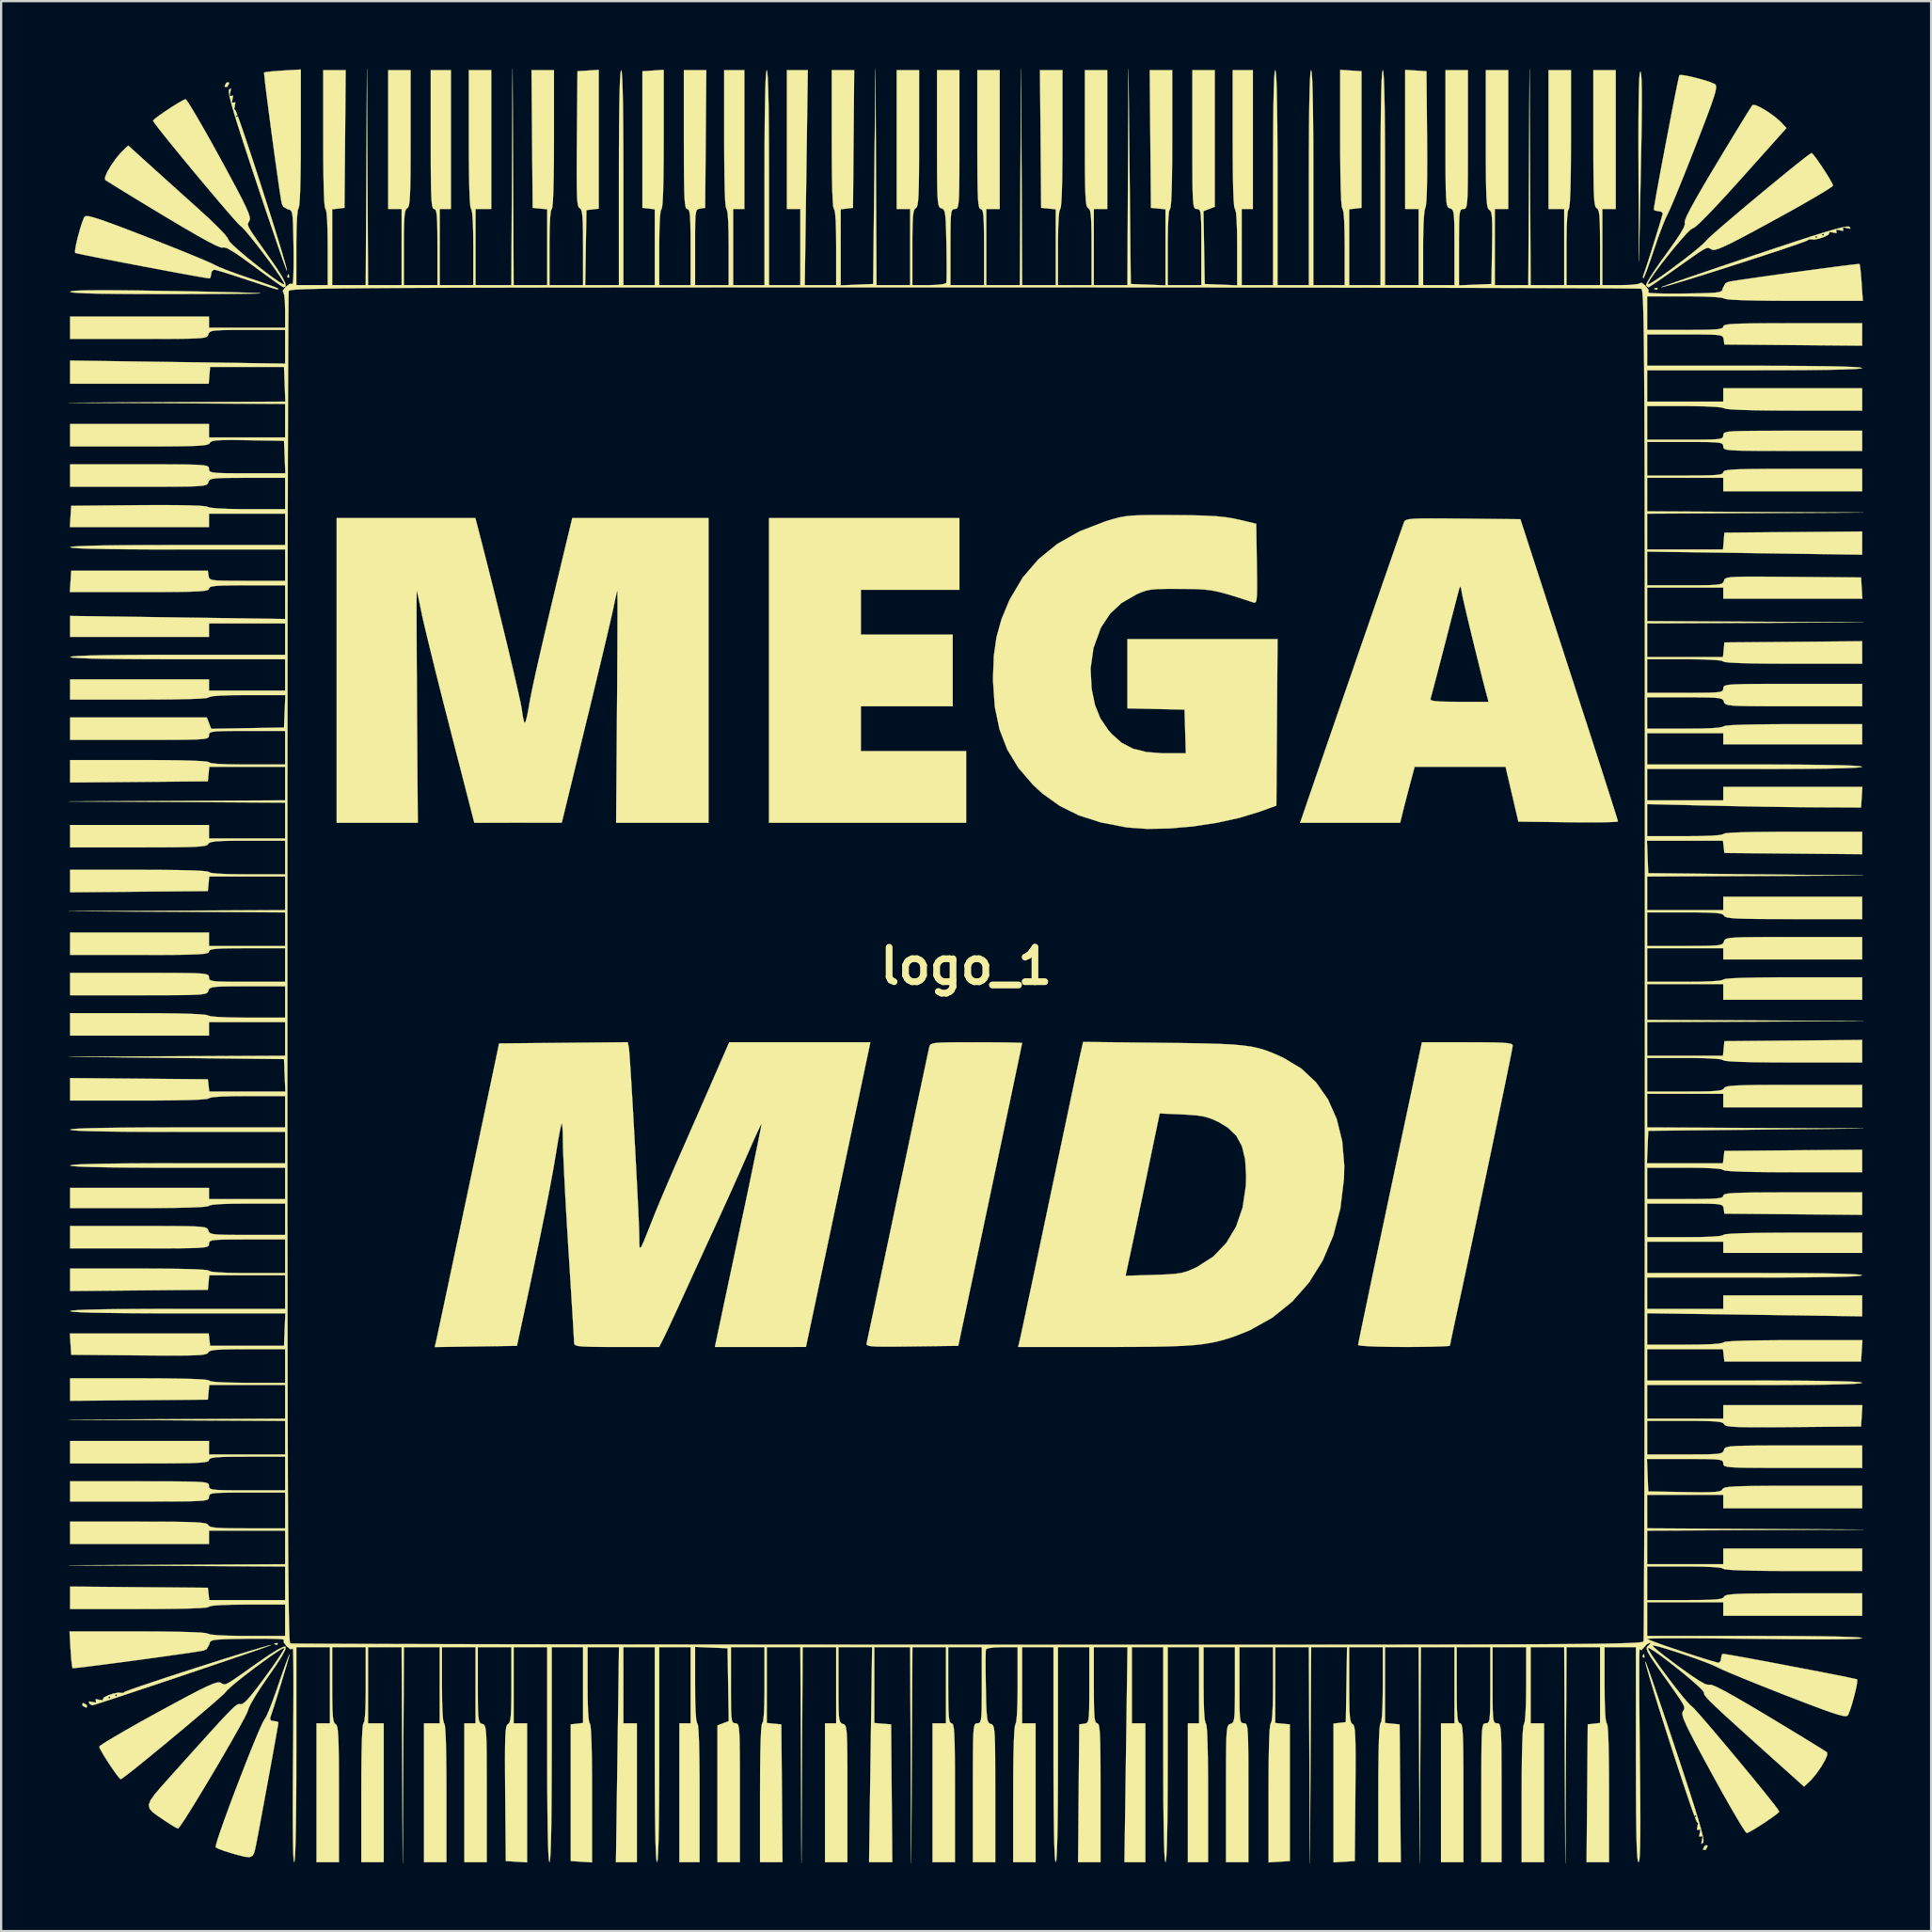
<source format=kicad_pcb>
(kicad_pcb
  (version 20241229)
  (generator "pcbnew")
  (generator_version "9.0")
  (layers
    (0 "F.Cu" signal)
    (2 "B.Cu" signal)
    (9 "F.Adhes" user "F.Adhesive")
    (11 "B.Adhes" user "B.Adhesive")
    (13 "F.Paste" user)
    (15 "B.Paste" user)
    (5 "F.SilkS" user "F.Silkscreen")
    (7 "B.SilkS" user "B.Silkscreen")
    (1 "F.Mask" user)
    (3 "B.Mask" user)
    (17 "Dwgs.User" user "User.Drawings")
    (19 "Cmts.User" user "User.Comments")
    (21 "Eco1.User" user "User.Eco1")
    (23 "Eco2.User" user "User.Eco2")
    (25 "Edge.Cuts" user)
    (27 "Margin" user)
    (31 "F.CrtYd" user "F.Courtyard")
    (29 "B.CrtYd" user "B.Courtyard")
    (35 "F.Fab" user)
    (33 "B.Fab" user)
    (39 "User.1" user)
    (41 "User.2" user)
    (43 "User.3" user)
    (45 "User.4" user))
  (footprint "logo_1"
    (layer "F.Cu")
    (at 39.742 39.742)
    (property "Reference" "logo_1" (at 0 0 0) (layer "F.SilkS") (effects (font (size 1.524 1.524) (thickness 0.3))))
    (attr through_hole)
    (fp_poly (pts (xy -30.493 29.997) (xy -30.507 30.056) (xy -30.559 30.063) (xy -30.641 30.027) (xy -30.626 29.997) (xy -30.508 29.985) (xy -30.493 29.997)) (stroke (width 0.01) (type solid)) (fill yes) (layer "F.SilkS"))
    (fp_poly (pts (xy -29.997 -30.626) (xy -29.985 -30.508) (xy -29.997 -30.493) (xy -30.056 -30.507) (xy -30.063 -30.559) (xy -30.027 -30.641) (xy -29.997 -30.626)) (stroke (width 0.01) (type solid)) (fill yes) (layer "F.SilkS"))
    (fp_poly (pts (xy 30.03 30.493) (xy 30.042 30.611) (xy 30.03 30.626) (xy 29.971 30.612) (xy 29.964 30.559) (xy 30 30.478) (xy 30.03 30.493)) (stroke (width 0.01) (type solid)) (fill yes) (layer "F.SilkS"))
    (fp_poly (pts (xy 30.626 -30.03) (xy 30.612 -29.971) (xy 30.559 -29.964) (xy 30.478 -30) (xy 30.493 -30.03) (xy 30.611 -30.042) (xy 30.626 -30.03)) (stroke (width 0.01) (type solid)) (fill yes) (layer "F.SilkS"))
    (fp_poly (pts (xy -38.964 32.715) (xy -38.943 32.742) (xy -38.948 32.834) (xy -38.981 32.841) (xy -39.122 32.769) (xy -39.142 32.742) (xy -39.137 32.651) (xy -39.104 32.643) (xy -38.964 32.715)) (stroke (width 0.01) (type solid)) (fill yes) (layer "F.SilkS"))
    (fp_poly (pts (xy -32.651 -39.137) (xy -32.643 -39.104) (xy -32.715 -38.964) (xy -32.742 -38.943) (xy -32.834 -38.948) (xy -32.841 -38.981) (xy -32.769 -39.122) (xy -32.742 -39.142) (xy -32.651 -39.137)) (stroke (width 0.01) (type solid)) (fill yes) (layer "F.SilkS"))
    (fp_poly (pts (xy 32.834 38.948) (xy 32.841 38.981) (xy 32.769 39.122) (xy 32.742 39.142) (xy 32.651 39.137) (xy 32.643 39.104) (xy 32.715 38.964) (xy 32.742 38.943) (xy 32.834 38.948)) (stroke (width 0.01) (type solid)) (fill yes) (layer "F.SilkS"))
    (fp_poly (pts (xy -0.298 -16.669) (xy -4.663 -16.669) (xy -4.663 -14.684) (xy -0.595 -14.684) (xy -0.595 -11.509) (xy -4.663 -11.509) (xy -4.663 -9.525) (xy 0 -9.525) (xy 0 -6.35) (xy -8.731 -6.35) (xy -8.731 -19.844) (xy -0.298 -19.844) (xy -0.298 -16.669)) (stroke (width 0.01) (type solid)) (fill yes) (layer "F.SilkS"))
    (fp_poly (pts (xy 29.87 -39.623) (xy 29.897 -39.514) (xy 29.916 -39.248) (xy 29.927 -38.818) (xy 29.929 -38.216) (xy 29.923 -37.436) (xy 29.908 -36.47) (xy 29.886 -35.361) (xy 29.798 -31.204) (xy 29.782 -35.466) (xy 29.779 -36.601) (xy 29.781 -37.545) (xy 29.788 -38.304) (xy 29.799 -38.885) (xy 29.815 -39.294) (xy 29.836 -39.539) (xy 29.862 -39.625) (xy 29.87 -39.623)) (stroke (width 0.01) (type solid)) (fill yes) (layer "F.SilkS"))
    (fp_poly (pts (xy -37.671 -29.934) (xy -36.743 -29.925) (xy -35.624 -29.909) (xy -35.496 -29.907) (xy -34.603 -29.892) (xy -33.774 -29.876) (xy -33.028 -29.86) (xy -32.387 -29.844) (xy -31.871 -29.83) (xy -31.5 -29.817) (xy -31.296 -29.807) (xy -31.262 -29.802) (xy -31.349 -29.794) (xy -31.614 -29.787) (xy -32.038 -29.781) (xy -32.6 -29.775) (xy -33.28 -29.771) (xy -34.058 -29.768) (xy -34.914 -29.766) (xy -35.454 -29.766) (xy -36.614 -29.768) (xy -37.58 -29.774) (xy -38.358 -29.784) (xy -38.953 -29.799) (xy -39.369 -29.819) (xy -39.613 -29.843) (xy -39.688 -29.871) (xy -39.611 -29.898) (xy -39.378 -29.918) (xy -38.982 -29.931) (xy -38.415 -29.936) (xy -37.671 -29.934)) (stroke (width 0.01) (type solid)) (fill yes) (layer "F.SilkS"))
    (fp_poly (pts (xy -32.576 -38.767) (xy -32.593 -38.708) (xy -32.622 -38.546) (xy -32.555 -38.54) (xy -32.544 -38.546) (xy -32.467 -38.555) (xy -32.491 -38.407) (xy -32.494 -38.398) (xy -32.522 -38.244) (xy -32.45 -38.246) (xy -32.445 -38.249) (xy -32.368 -38.257) (xy -32.392 -38.11) (xy -32.395 -38.1) (xy -32.419 -37.951) (xy -32.381 -37.929) (xy -32.337 -37.848) (xy -32.272 -37.679) (xy -32.296 -37.703) (xy -32.345 -37.654) (xy -32.296 -37.604) (xy -32.258 -37.642) (xy -32.243 -37.603) (xy -32.106 -37.218) (xy -31.935 -36.718) (xy -31.738 -36.129) (xy -31.522 -35.475) (xy -31.296 -34.781) (xy -31.068 -34.073) (xy -30.846 -33.375) (xy -30.637 -32.712) (xy -30.451 -32.109) (xy -30.294 -31.592) (xy -30.176 -31.185) (xy -30.103 -30.914) (xy -30.085 -30.802) (xy -30.086 -30.802) (xy -30.123 -30.885) (xy -30.216 -31.138) (xy -30.358 -31.541) (xy -30.542 -32.075) (xy -30.762 -32.721) (xy -31.012 -33.458) (xy -31.284 -34.269) (xy -31.441 -34.741) (xy -31.778 -35.757) (xy -32.053 -36.599) (xy -32.272 -37.283) (xy -32.437 -37.821) (xy -32.554 -38.229) (xy -32.626 -38.52) (xy -32.658 -38.709) (xy -32.654 -38.809) (xy -32.643 -38.828) (xy -32.565 -38.876) (xy -32.576 -38.767)) (stroke (width 0.01) (type solid)) (fill yes) (layer "F.SilkS"))
    (fp_poly (pts (xy 22.886 3.375) (xy 23.4 3.381) (xy 23.764 3.394) (xy 24.002 3.415) (xy 24.139 3.446) (xy 24.2 3.489) (xy 24.209 3.526) (xy 24.189 3.646) (xy 24.132 3.94) (xy 24.042 4.39) (xy 23.922 4.975) (xy 23.778 5.677) (xy 23.612 6.475) (xy 23.43 7.352) (xy 23.235 8.286) (xy 23.031 9.259) (xy 22.822 10.252) (xy 22.613 11.244) (xy 22.407 12.216) (xy 22.209 13.15) (xy 22.022 14.025) (xy 21.85 14.823) (xy 21.726 15.397) (xy 21.62 15.89) (xy 21.53 16.312) (xy 21.466 16.625) (xy 21.433 16.793) (xy 21.431 16.81) (xy 21.337 16.827) (xy 21.073 16.842) (xy 20.67 16.855) (xy 20.157 16.863) (xy 19.562 16.867) (xy 19.397 16.867) (xy 18.786 16.863) (xy 18.249 16.852) (xy 17.814 16.836) (xy 17.511 16.814) (xy 17.37 16.789) (xy 17.363 16.783) (xy 17.375 16.711) (xy 17.411 16.527) (xy 17.472 16.223) (xy 17.561 15.793) (xy 17.679 15.23) (xy 17.826 14.526) (xy 18.005 13.675) (xy 18.217 12.669) (xy 18.464 11.503) (xy 18.747 10.168) (xy 19.066 8.659) (xy 19.425 6.967) (xy 19.719 5.581) (xy 20.188 3.373) (xy 22.199 3.373) (xy 22.886 3.375)) (stroke (width 0.01) (type solid)) (fill yes) (layer "F.SilkS"))
    (fp_poly (pts (xy 30.123 30.885) (xy 30.216 31.138) (xy 30.358 31.541) (xy 30.542 32.075) (xy 30.762 32.721) (xy 31.012 33.458) (xy 31.284 34.269) (xy 31.441 34.741) (xy 31.778 35.757) (xy 32.053 36.599) (xy 32.272 37.283) (xy 32.437 37.821) (xy 32.554 38.229) (xy 32.626 38.52) (xy 32.658 38.709) (xy 32.654 38.809) (xy 32.643 38.828) (xy 32.565 38.876) (xy 32.576 38.767) (xy 32.593 38.708) (xy 32.622 38.546) (xy 32.555 38.54) (xy 32.544 38.546) (xy 32.467 38.555) (xy 32.491 38.407) (xy 32.494 38.398) (xy 32.522 38.244) (xy 32.45 38.246) (xy 32.445 38.249) (xy 32.368 38.257) (xy 32.392 38.11) (xy 32.395 38.1) (xy 32.419 37.951) (xy 32.381 37.929) (xy 32.337 37.848) (xy 32.272 37.679) (xy 32.296 37.703) (xy 32.345 37.654) (xy 32.296 37.604) (xy 32.258 37.642) (xy 32.243 37.603) (xy 32.106 37.218) (xy 31.935 36.718) (xy 31.738 36.129) (xy 31.522 35.475) (xy 31.296 34.781) (xy 31.068 34.073) (xy 30.846 33.375) (xy 30.637 32.712) (xy 30.451 32.109) (xy 30.294 31.592) (xy 30.176 31.185) (xy 30.103 30.914) (xy 30.085 30.802) (xy 30.086 30.802) (xy 30.123 30.885)) (stroke (width 0.01) (type solid)) (fill yes) (layer "F.SilkS"))
    (fp_poly (pts (xy -29.997 30.607) (xy -30.07 30.867) (xy -30.178 31.234) (xy -30.308 31.666) (xy -30.448 32.122) (xy -30.585 32.561) (xy -30.706 32.941) (xy -30.799 33.221) (xy -30.832 33.313) (xy -30.792 33.413) (xy -30.669 33.437) (xy -30.502 33.463) (xy -30.46 33.502) (xy -30.477 33.614) (xy -30.525 33.891) (xy -30.598 34.301) (xy -30.691 34.815) (xy -30.798 35.403) (xy -30.913 36.033) (xy -31.031 36.675) (xy -31.146 37.298) (xy -31.253 37.873) (xy -31.345 38.369) (xy -31.419 38.754) (xy -31.461 38.968) (xy -31.522 39.239) (xy -31.598 39.4) (xy -31.73 39.466) (xy -31.957 39.446) (xy -32.317 39.355) (xy -32.527 39.295) (xy -32.862 39.191) (xy -33.121 39.093) (xy -33.24 39.03) (xy -33.226 38.921) (xy -33.148 38.656) (xy -33.015 38.262) (xy -32.84 37.768) (xy -32.632 37.201) (xy -32.403 36.588) (xy -32.162 35.958) (xy -31.92 35.338) (xy -31.689 34.755) (xy -31.478 34.237) (xy -31.298 33.813) (xy -31.159 33.509) (xy -31.074 33.354) (xy -31.061 33.341) (xy -30.993 33.228) (xy -30.877 32.961) (xy -30.727 32.574) (xy -30.556 32.102) (xy -30.466 31.843) (xy -30.299 31.356) (xy -30.155 30.951) (xy -30.046 30.658) (xy -29.983 30.506) (xy -29.972 30.495) (xy -29.997 30.607)) (stroke (width 0.01) (type solid)) (fill yes) (layer "F.SilkS"))
    (fp_poly (pts (xy 1.059 3.375) (xy 1.596 3.379) (xy 2.031 3.385) (xy 2.333 3.393) (xy 2.474 3.402) (xy 2.48 3.404) (xy 2.46 3.506) (xy 2.402 3.789) (xy 2.308 4.239) (xy 2.181 4.843) (xy 2.025 5.589) (xy 1.841 6.462) (xy 1.633 7.449) (xy 1.403 8.537) (xy 1.155 9.713) (xy 0.89 10.964) (xy 0.613 12.275) (xy 0.428 13.146) (xy 0.292 13.793) (xy 0.15 14.461) (xy 0.018 15.088) (xy -0.093 15.614) (xy -0.138 15.825) (xy -0.347 16.818) (xy -2.397 16.844) (xy -3.085 16.852) (xy -3.598 16.855) (xy -3.962 16.85) (xy -4.2 16.835) (xy -4.338 16.81) (xy -4.4 16.771) (xy -4.41 16.718) (xy -4.406 16.696) (xy -4.377 16.563) (xy -4.312 16.258) (xy -4.215 15.801) (xy -4.091 15.215) (xy -3.944 14.519) (xy -3.779 13.737) (xy -3.6 12.889) (xy -3.519 12.502) (xy -3.193 10.955) (xy -2.893 9.532) (xy -2.62 8.242) (xy -2.378 7.092) (xy -2.166 6.091) (xy -1.987 5.245) (xy -1.842 4.564) (xy -1.734 4.054) (xy -1.663 3.725) (xy -1.635 3.597) (xy -1.613 3.522) (xy -1.57 3.466) (xy -1.479 3.426) (xy -1.315 3.4) (xy -1.051 3.384) (xy -0.662 3.376) (xy -0.122 3.374) (xy 0.448 3.373) (xy 1.059 3.375)) (stroke (width 0.01) (type solid)) (fill yes) (layer "F.SilkS"))
    (fp_poly (pts (xy 31.961 -39.427) (xy 32.286 -39.353) (xy 32.629 -39.261) (xy 32.932 -39.166) (xy 33.139 -39.082) (xy 33.177 -39.058) (xy 33.214 -39.005) (xy 33.22 -38.906) (xy 33.191 -38.742) (xy 33.119 -38.493) (xy 32.998 -38.139) (xy 32.822 -37.66) (xy 32.584 -37.037) (xy 32.286 -36.267) (xy 32.01 -35.566) (xy 31.75 -34.913) (xy 31.514 -34.333) (xy 31.316 -33.855) (xy 31.164 -33.504) (xy 31.071 -33.307) (xy 31.062 -33.291) (xy 30.963 -33.084) (xy 30.823 -32.734) (xy 30.658 -32.289) (xy 30.487 -31.793) (xy 30.464 -31.725) (xy 30.307 -31.261) (xy 30.17 -30.873) (xy 30.063 -30.597) (xy 30.002 -30.466) (xy 29.995 -30.46) (xy 29.977 -30.534) (xy 29.997 -30.6) (xy 30.066 -30.799) (xy 30.173 -31.121) (xy 30.303 -31.526) (xy 30.444 -31.972) (xy 30.582 -32.416) (xy 30.705 -32.816) (xy 30.799 -33.131) (xy 30.851 -33.318) (xy 30.857 -33.35) (xy 30.774 -33.421) (xy 30.659 -33.437) (xy 30.497 -33.471) (xy 30.46 -33.518) (xy 30.478 -33.651) (xy 30.528 -33.946) (xy 30.604 -34.372) (xy 30.7 -34.901) (xy 30.812 -35.503) (xy 30.934 -36.149) (xy 31.06 -36.811) (xy 31.184 -37.458) (xy 31.301 -38.061) (xy 31.406 -38.592) (xy 31.493 -39.021) (xy 31.556 -39.32) (xy 31.589 -39.458) (xy 31.592 -39.463) (xy 31.711 -39.469) (xy 31.961 -39.427)) (stroke (width 0.01) (type solid)) (fill yes) (layer "F.SilkS"))
    (fp_poly (pts (xy -38.85 -33.211) (xy -38.628 -33.156) (xy -38.301 -33.051) (xy -37.849 -32.89) (xy -37.255 -32.667) (xy -36.5 -32.376) (xy -36.267 -32.286) (xy -35.566 -32.01) (xy -34.913 -31.75) (xy -34.333 -31.514) (xy -33.855 -31.316) (xy -33.504 -31.164) (xy -33.307 -31.071) (xy -33.291 -31.062) (xy -33.084 -30.963) (xy -32.734 -30.823) (xy -32.289 -30.658) (xy -31.793 -30.487) (xy -31.725 -30.464) (xy -31.261 -30.308) (xy -30.874 -30.172) (xy -30.597 -30.069) (xy -30.466 -30.011) (xy -30.46 -30.005) (xy -30.471 -29.982) (xy -30.522 -29.98) (xy -30.641 -30.007) (xy -30.855 -30.071) (xy -31.192 -30.18) (xy -31.679 -30.342) (xy -31.899 -30.415) (xy -32.38 -30.573) (xy -32.799 -30.706) (xy -33.116 -30.802) (xy -33.294 -30.849) (xy -33.313 -30.851) (xy -33.413 -30.774) (xy -33.437 -30.659) (xy -33.468 -30.498) (xy -33.511 -30.461) (xy -33.647 -30.479) (xy -33.943 -30.529) (xy -34.371 -30.605) (xy -34.901 -30.702) (xy -35.504 -30.814) (xy -36.151 -30.936) (xy -36.813 -31.061) (xy -37.46 -31.185) (xy -38.064 -31.302) (xy -38.594 -31.407) (xy -39.023 -31.493) (xy -39.321 -31.556) (xy -39.458 -31.589) (xy -39.463 -31.592) (xy -39.467 -31.709) (xy -39.424 -31.958) (xy -39.348 -32.283) (xy -39.254 -32.627) (xy -39.158 -32.934) (xy -39.074 -33.147) (xy -39.045 -33.195) (xy -38.982 -33.222) (xy -38.85 -33.211)) (stroke (width 0.01) (type solid)) (fill yes) (layer "F.SilkS"))
    (fp_poly (pts (xy -30.791 30.071) (xy -30.864 30.103) (xy -31.103 30.189) (xy -31.483 30.322) (xy -31.981 30.494) (xy -32.575 30.697) (xy -33.24 30.924) (xy -33.954 31.166) (xy -34.693 31.416) (xy -35.434 31.665) (xy -36.153 31.906) (xy -36.828 32.131) (xy -37.435 32.333) (xy -37.95 32.502) (xy -38.35 32.632) (xy -38.613 32.715) (xy -38.713 32.742) (xy -38.823 32.671) (xy -38.851 32.632) (xy -38.843 32.566) (xy -38.695 32.593) (xy -38.541 32.621) (xy -38.543 32.549) (xy -38.546 32.544) (xy -38.555 32.467) (xy -38.407 32.491) (xy -38.398 32.494) (xy -38.245 32.518) (xy -38.233 32.47) (xy -38.189 32.395) (xy -38.001 32.395) (xy -37.951 32.445) (xy -37.902 32.395) (xy -37.951 32.345) (xy -38.001 32.395) (xy -38.189 32.395) (xy -38.187 32.392) (xy -38.013 32.302) (xy -37.995 32.296) (xy -37.703 32.296) (xy -37.654 32.345) (xy -37.604 32.296) (xy -37.654 32.246) (xy -37.703 32.296) (xy -37.995 32.296) (xy -37.781 32.223) (xy -37.558 32.179) (xy -37.413 32.192) (xy -37.412 32.193) (xy -37.303 32.182) (xy -37.29 32.158) (xy -37.193 32.113) (xy -36.933 32.017) (xy -36.537 31.879) (xy -36.031 31.709) (xy -35.442 31.514) (xy -34.796 31.303) (xy -34.121 31.085) (xy -33.442 30.868) (xy -32.787 30.661) (xy -32.182 30.472) (xy -31.653 30.31) (xy -31.228 30.184) (xy -30.933 30.101) (xy -30.794 30.071) (xy -30.791 30.071)) (stroke (width 0.01) (type solid)) (fill yes) (layer "F.SilkS"))
    (fp_poly (pts (xy 39.126 -32.742) (xy 39.173 -32.664) (xy 39.065 -32.675) (xy 39.005 -32.692) (xy 38.843 -32.721) (xy 38.838 -32.654) (xy 38.844 -32.643) (xy 38.852 -32.567) (xy 38.705 -32.59) (xy 38.695 -32.593) (xy 38.541 -32.621) (xy 38.543 -32.549) (xy 38.546 -32.544) (xy 38.555 -32.467) (xy 38.407 -32.491) (xy 38.398 -32.494) (xy 38.245 -32.518) (xy 38.233 -32.47) (xy 38.187 -32.392) (xy 38.013 -32.302) (xy 37.781 -32.223) (xy 37.558 -32.179) (xy 37.413 -32.192) (xy 37.412 -32.193) (xy 37.303 -32.182) (xy 37.29 -32.158) (xy 37.193 -32.113) (xy 36.933 -32.017) (xy 36.537 -31.879) (xy 36.031 -31.709) (xy 35.442 -31.514) (xy 34.796 -31.303) (xy 34.121 -31.085) (xy 33.442 -30.868) (xy 32.787 -30.661) (xy 32.182 -30.472) (xy 31.653 -30.31) (xy 31.228 -30.184) (xy 30.933 -30.101) (xy 30.794 -30.071) (xy 30.791 -30.071) (xy 30.864 -30.103) (xy 31.108 -30.192) (xy 31.502 -30.33) (xy 32.029 -30.512) (xy 32.671 -30.732) (xy 33.408 -30.982) (xy 34.223 -31.258) (xy 34.859 -31.471) (xy 35.898 -31.818) (xy 36.763 -32.104) (xy 37.357 -32.296) (xy 37.604 -32.296) (xy 37.654 -32.246) (xy 37.703 -32.296) (xy 37.654 -32.345) (xy 37.604 -32.296) (xy 37.357 -32.296) (xy 37.469 -32.332) (xy 37.671 -32.395) (xy 37.902 -32.395) (xy 37.951 -32.345) (xy 38.001 -32.395) (xy 37.951 -32.445) (xy 37.902 -32.395) (xy 37.671 -32.395) (xy 38.03 -32.507) (xy 38.458 -32.633) (xy 38.769 -32.713) (xy 38.976 -32.753) (xy 39.092 -32.757) (xy 39.126 -32.742)) (stroke (width 0.01) (type solid)) (fill yes) (layer "F.SilkS"))
    (fp_poly (pts (xy -21.639 -19.472) (xy -21.429 -18.658) (xy -21.208 -17.791) (xy -20.983 -16.895) (xy -20.759 -15.992) (xy -20.541 -15.106) (xy -20.336 -14.26) (xy -20.149 -13.478) (xy -19.986 -12.784) (xy -19.852 -12.201) (xy -19.753 -11.751) (xy -19.694 -11.459) (xy -19.683 -11.383) (xy -19.637 -11.067) (xy -19.587 -10.843) (xy -19.553 -10.769) (xy -19.509 -10.841) (xy -19.449 -11.065) (xy -19.384 -11.399) (xy -19.365 -11.517) (xy -19.304 -11.857) (xy -19.207 -12.334) (xy -19.072 -12.957) (xy -18.897 -13.733) (xy -18.681 -14.67) (xy -18.42 -15.777) (xy -18.115 -17.061) (xy -17.81 -18.331) (xy -17.446 -19.844) (xy -11.41 -19.844) (xy -11.41 -6.35) (xy -15.502 -6.35) (xy -15.463 -11.504) (xy -15.455 -12.493) (xy -15.45 -13.419) (xy -15.445 -14.264) (xy -15.443 -15.008) (xy -15.441 -15.634) (xy -15.441 -16.124) (xy -15.443 -16.459) (xy -15.446 -16.62) (xy -15.448 -16.633) (xy -15.478 -16.531) (xy -15.535 -16.284) (xy -15.608 -15.941) (xy -15.622 -15.869) (xy -15.677 -15.619) (xy -15.774 -15.199) (xy -15.906 -14.633) (xy -16.069 -13.946) (xy -16.256 -13.161) (xy -16.463 -12.301) (xy -16.683 -11.39) (xy -16.841 -10.742) (xy -17.909 -6.353) (xy -19.847 -6.351) (xy -21.784 -6.35) (xy -22.85 -10.492) (xy -23.085 -11.41) (xy -23.311 -12.304) (xy -23.523 -13.149) (xy -23.713 -13.918) (xy -23.875 -14.586) (xy -24.003 -15.125) (xy -24.091 -15.509) (xy -24.114 -15.62) (xy -24.199 -16.035) (xy -24.27 -16.368) (xy -24.319 -16.578) (xy -24.335 -16.629) (xy -24.339 -16.537) (xy -24.341 -16.266) (xy -24.342 -15.832) (xy -24.341 -15.255) (xy -24.339 -14.553) (xy -24.336 -13.744) (xy -24.331 -12.847) (xy -24.325 -11.879) (xy -24.323 -11.501) (xy -24.287 -6.35) (xy -27.88 -6.35) (xy -27.88 -19.844) (xy -21.737 -19.844) (xy -21.639 -19.472)) (stroke (width 0.01) (type solid)) (fill yes) (layer "F.SilkS"))
    (fp_poly (pts (xy 9.178 -19.977) (xy 9.956 -19.97) (xy 10.573 -19.954) (xy 11.063 -19.928) (xy 11.465 -19.888) (xy 11.814 -19.833) (xy 12.055 -19.781) (xy 12.849 -19.595) (xy 12.876 -17.822) (xy 12.884 -17.19) (xy 12.886 -16.73) (xy 12.879 -16.417) (xy 12.861 -16.224) (xy 12.829 -16.126) (xy 12.781 -16.097) (xy 12.727 -16.107) (xy 12.094 -16.313) (xy 11.604 -16.465) (xy 11.213 -16.572) (xy 10.874 -16.641) (xy 10.544 -16.681) (xy 10.177 -16.701) (xy 9.728 -16.708) (xy 9.475 -16.71) (xy 8.913 -16.711) (xy 8.504 -16.702) (xy 8.205 -16.678) (xy 7.972 -16.632) (xy 7.759 -16.559) (xy 7.536 -16.46) (xy 6.885 -16.083) (xy 6.385 -15.621) (xy 5.997 -15.034) (xy 5.95 -14.941) (xy 5.642 -14.093) (xy 5.513 -13.18) (xy 5.558 -12.289) (xy 5.706 -11.572) (xy 5.941 -10.984) (xy 6.29 -10.464) (xy 6.45 -10.28) (xy 6.885 -9.895) (xy 7.384 -9.634) (xy 7.983 -9.482) (xy 8.722 -9.427) (xy 8.838 -9.426) (xy 9.731 -9.426) (xy 9.702 -10.393) (xy 9.674 -11.361) (xy 7.144 -11.416) (xy 7.144 -14.486) (xy 13.794 -14.486) (xy 13.768 -10.798) (xy 13.742 -7.109) (xy 12.998 -6.84) (xy 12.102 -6.566) (xy 11.099 -6.347) (xy 10.046 -6.188) (xy 8.998 -6.097) (xy 8.012 -6.079) (xy 7.145 -6.141) (xy 7.091 -6.149) (xy 5.968 -6.364) (xy 4.996 -6.676) (xy 4.144 -7.098) (xy 3.384 -7.642) (xy 2.966 -8.026) (xy 2.317 -8.779) (xy 1.824 -9.59) (xy 1.478 -10.485) (xy 1.27 -11.486) (xy 1.192 -12.619) (xy 1.191 -12.788) (xy 1.227 -13.743) (xy 1.346 -14.577) (xy 1.563 -15.358) (xy 1.89 -16.15) (xy 1.949 -16.272) (xy 2.508 -17.215) (xy 3.203 -18.023) (xy 4.039 -18.702) (xy 5.025 -19.259) (xy 6.168 -19.7) (xy 6.205 -19.711) (xy 6.511 -19.804) (xy 6.774 -19.872) (xy 7.032 -19.921) (xy 7.32 -19.953) (xy 7.676 -19.971) (xy 8.135 -19.979) (xy 8.734 -19.979) (xy 9.178 -19.977)) (stroke (width 0.01) (type solid)) (fill yes) (layer "F.SilkS"))
    (fp_poly (pts (xy 8.718 3.398) (xy 9.724 3.41) (xy 10.555 3.425) (xy 11.237 3.445) (xy 11.795 3.472) (xy 12.251 3.512) (xy 12.632 3.565) (xy 12.962 3.637) (xy 13.265 3.728) (xy 13.566 3.843) (xy 13.888 3.985) (xy 14.065 4.067) (xy 14.847 4.536) (xy 15.504 5.152) (xy 16.028 5.901) (xy 16.415 6.772) (xy 16.657 7.752) (xy 16.749 8.829) (xy 16.735 9.425) (xy 16.576 10.733) (xy 16.261 11.94) (xy 15.797 13.037) (xy 15.188 14.013) (xy 14.442 14.86) (xy 13.566 15.568) (xy 12.565 16.129) (xy 11.946 16.378) (xy 11.59 16.497) (xy 11.251 16.595) (xy 10.905 16.674) (xy 10.529 16.737) (xy 10.099 16.784) (xy 9.592 16.819) (xy 8.984 16.842) (xy 8.253 16.857) (xy 7.375 16.865) (xy 6.326 16.867) (xy 6.104 16.867) (xy 2.303 16.867) (xy 2.392 16.495) (xy 2.428 16.333) (xy 2.501 15.994) (xy 2.607 15.498) (xy 2.742 14.862) (xy 2.903 14.103) (xy 2.985 13.715) (xy 7.063 13.715) (xy 8.327 13.676) (xy 8.863 13.656) (xy 9.251 13.629) (xy 9.543 13.586) (xy 9.79 13.517) (xy 10.044 13.411) (xy 10.248 13.313) (xy 10.949 12.861) (xy 11.52 12.266) (xy 11.954 11.54) (xy 12.246 10.692) (xy 12.388 9.735) (xy 12.402 9.297) (xy 12.358 8.56) (xy 12.217 7.976) (xy 11.965 7.515) (xy 11.588 7.15) (xy 11.178 6.904) (xy 10.87 6.763) (xy 10.581 6.672) (xy 10.248 6.615) (xy 9.805 6.58) (xy 9.586 6.569) (xy 8.573 6.524) (xy 8.102 8.794) (xy 7.947 9.54) (xy 7.785 10.315) (xy 7.628 11.066) (xy 7.486 11.74) (xy 7.37 12.284) (xy 7.347 12.389) (xy 7.063 13.715) (xy 2.985 13.715) (xy 3.085 13.242) (xy 3.285 12.294) (xy 3.498 11.279) (xy 3.721 10.22) (xy 3.946 9.152) (xy 4.161 8.13) (xy 4.362 7.173) (xy 4.547 6.3) (xy 4.71 5.529) (xy 4.848 4.878) (xy 4.957 4.367) (xy 5.033 4.013) (xy 5.072 3.837) (xy 5.183 3.358) (xy 8.718 3.398)) (stroke (width 0.01) (type solid)) (fill yes) (layer "F.SilkS"))
    (fp_poly (pts (xy 21.183 -19.828) (xy 21.947 -19.821) (xy 22.01 -19.821) (xy 24.55 -19.794) (xy 25.21 -17.76) (xy 25.38 -17.237) (xy 25.601 -16.555) (xy 25.864 -15.745) (xy 26.158 -14.837) (xy 26.475 -13.861) (xy 26.803 -12.848) (xy 27.134 -11.828) (xy 27.371 -11.097) (xy 27.668 -10.18) (xy 27.946 -9.32) (xy 28.198 -8.538) (xy 28.419 -7.849) (xy 28.603 -7.274) (xy 28.743 -6.83) (xy 28.835 -6.536) (xy 28.872 -6.41) (xy 28.873 -6.407) (xy 28.778 -6.39) (xy 28.513 -6.378) (xy 28.107 -6.37) (xy 27.586 -6.367) (xy 26.979 -6.37) (xy 26.666 -6.373) (xy 24.46 -6.4) (xy 24.176 -7.615) (xy 23.891 -8.83) (xy 19.865 -8.83) (xy 19.661 -8.062) (xy 19.544 -7.619) (xy 19.431 -7.18) (xy 19.344 -6.837) (xy 19.341 -6.821) (xy 19.225 -6.35) (xy 14.792 -6.35) (xy 15.721 -9.054) (xy 16.04 -9.98) (xy 16.375 -10.952) (xy 16.678 -11.832) (xy 20.564 -11.832) (xy 20.59 -11.779) (xy 20.73 -11.743) (xy 21.008 -11.72) (xy 21.445 -11.71) (xy 21.829 -11.708) (xy 23.141 -11.708) (xy 23.079 -11.931) (xy 22.993 -12.25) (xy 22.878 -12.697) (xy 22.742 -13.237) (xy 22.594 -13.832) (xy 22.443 -14.446) (xy 22.299 -15.041) (xy 22.17 -15.58) (xy 22.066 -16.027) (xy 21.994 -16.344) (xy 21.969 -16.47) (xy 21.921 -16.736) (xy 21.888 -16.823) (xy 21.85 -16.749) (xy 21.814 -16.619) (xy 21.767 -16.438) (xy 21.678 -16.097) (xy 21.557 -15.629) (xy 21.411 -15.064) (xy 21.249 -14.436) (xy 21.173 -14.139) (xy 21.009 -13.505) (xy 20.86 -12.933) (xy 20.733 -12.451) (xy 20.636 -12.088) (xy 20.577 -11.874) (xy 20.564 -11.832) (xy 16.678 -11.832) (xy 16.72 -11.954) (xy 17.07 -12.965) (xy 17.417 -13.97) (xy 17.755 -14.948) (xy 18.079 -15.883) (xy 18.381 -16.756) (xy 18.656 -17.548) (xy 18.898 -18.242) (xy 19.099 -18.82) (xy 19.254 -19.264) (xy 19.356 -19.554) (xy 19.399 -19.672) (xy 19.433 -19.725) (xy 19.502 -19.766) (xy 19.63 -19.796) (xy 19.838 -19.816) (xy 20.151 -19.827) (xy 20.592 -19.83) (xy 21.183 -19.828)) (stroke (width 0.01) (type solid)) (fill yes) (layer "F.SilkS"))
    (fp_poly (pts (xy 34.952 -38.137) (xy 35.18 -38.038) (xy 35.467 -37.87) (xy 35.766 -37.663) (xy 36.028 -37.444) (xy 36.108 -37.364) (xy 36.336 -37.121) (xy 34.328 -34.876) (xy 33.733 -34.218) (xy 33.221 -33.664) (xy 32.8 -33.224) (xy 32.481 -32.908) (xy 32.272 -32.725) (xy 32.187 -32.682) (xy 32.091 -32.625) (xy 31.904 -32.44) (xy 31.653 -32.159) (xy 31.362 -31.816) (xy 31.057 -31.44) (xy 30.763 -31.064) (xy 30.506 -30.719) (xy 30.312 -30.438) (xy 30.205 -30.252) (xy 30.196 -30.196) (xy 30.292 -30.23) (xy 30.51 -30.364) (xy 30.818 -30.575) (xy 31.183 -30.838) (xy 31.574 -31.129) (xy 31.958 -31.424) (xy 32.303 -31.699) (xy 32.576 -31.929) (xy 32.746 -32.09) (xy 32.78 -32.134) (xy 32.875 -32.234) (xy 33.099 -32.438) (xy 33.428 -32.725) (xy 33.84 -33.078) (xy 34.31 -33.476) (xy 34.817 -33.902) (xy 35.337 -34.334) (xy 35.847 -34.755) (xy 36.324 -35.146) (xy 36.745 -35.486) (xy 37.087 -35.757) (xy 37.328 -35.94) (xy 37.443 -36.015) (xy 37.447 -36.016) (xy 37.528 -35.939) (xy 37.68 -35.739) (xy 37.87 -35.464) (xy 38.069 -35.161) (xy 38.243 -34.879) (xy 38.363 -34.664) (xy 38.398 -34.572) (xy 38.314 -34.499) (xy 38.077 -34.345) (xy 37.707 -34.123) (xy 37.228 -33.844) (xy 36.659 -33.522) (xy 36.023 -33.169) (xy 35.798 -33.046) (xy 35.04 -32.634) (xy 34.437 -32.311) (xy 33.969 -32.068) (xy 33.617 -31.897) (xy 33.364 -31.788) (xy 33.191 -31.732) (xy 33.078 -31.722) (xy 33.016 -31.742) (xy 32.942 -31.788) (xy 32.875 -31.812) (xy 32.789 -31.8) (xy 32.657 -31.737) (xy 32.455 -31.61) (xy 32.157 -31.405) (xy 31.736 -31.108) (xy 31.427 -30.889) (xy 31.01 -30.595) (xy 30.652 -30.348) (xy 30.384 -30.167) (xy 30.237 -30.072) (xy 30.218 -30.063) (xy 30.133 -30.132) (xy 30.116 -30.157) (xy 30.152 -30.265) (xy 30.289 -30.502) (xy 30.509 -30.839) (xy 30.792 -31.247) (xy 30.991 -31.521) (xy 31.375 -32.056) (xy 31.639 -32.451) (xy 31.791 -32.72) (xy 31.838 -32.876) (xy 31.827 -32.914) (xy 31.833 -33.014) (xy 31.922 -33.235) (xy 32.1 -33.585) (xy 32.372 -34.074) (xy 32.741 -34.711) (xy 33.214 -35.505) (xy 33.237 -35.543) (xy 33.623 -36.182) (xy 33.977 -36.767) (xy 34.288 -37.276) (xy 34.54 -37.686) (xy 34.722 -37.977) (xy 34.819 -38.126) (xy 34.829 -38.139) (xy 34.952 -38.137)) (stroke (width 0.01) (type solid)) (fill yes) (layer "F.SilkS"))
    (fp_poly (pts (xy -34.499 -38.314) (xy -34.345 -38.077) (xy -34.123 -37.707) (xy -33.844 -37.228) (xy -33.522 -36.659) (xy -33.169 -36.023) (xy -33.046 -35.798) (xy -32.634 -35.04) (xy -32.311 -34.437) (xy -32.068 -33.969) (xy -31.897 -33.617) (xy -31.788 -33.364) (xy -31.732 -33.191) (xy -31.722 -33.078) (xy -31.742 -33.016) (xy -31.788 -32.942) (xy -31.812 -32.875) (xy -31.8 -32.789) (xy -31.737 -32.658) (xy -31.611 -32.456) (xy -31.406 -32.159) (xy -31.11 -31.739) (xy -30.886 -31.423) (xy -30.524 -30.898) (xy -30.283 -30.513) (xy -30.157 -30.255) (xy -30.139 -30.111) (xy -30.224 -30.07) (xy -30.243 -30.071) (xy -30.342 -30.13) (xy -30.571 -30.288) (xy -30.901 -30.524) (xy -31.303 -30.817) (xy -31.552 -31.001) (xy -32.077 -31.384) (xy -32.465 -31.646) (xy -32.728 -31.794) (xy -32.88 -31.838) (xy -32.914 -31.827) (xy -33.014 -31.833) (xy -33.235 -31.922) (xy -33.585 -32.1) (xy -34.075 -32.372) (xy -34.712 -32.742) (xy -35.506 -33.215) (xy -35.543 -33.237) (xy -36.182 -33.623) (xy -36.767 -33.977) (xy -37.276 -34.288) (xy -37.686 -34.54) (xy -37.977 -34.722) (xy -38.126 -34.819) (xy -38.139 -34.829) (xy -38.137 -34.952) (xy -38.038 -35.181) (xy -37.87 -35.468) (xy -37.661 -35.767) (xy -37.44 -36.031) (xy -37.36 -36.112) (xy -37.111 -36.345) (xy -36.241 -35.558) (xy -35.866 -35.219) (xy -35.389 -34.789) (xy -34.86 -34.313) (xy -34.324 -33.831) (xy -34.003 -33.543) (xy -33.526 -33.106) (xy -33.141 -32.734) (xy -32.863 -32.444) (xy -32.709 -32.252) (xy -32.683 -32.184) (xy -32.625 -32.089) (xy -32.44 -31.903) (xy -32.16 -31.652) (xy -31.815 -31.362) (xy -31.439 -31.057) (xy -31.063 -30.764) (xy -30.719 -30.507) (xy -30.438 -30.312) (xy -30.252 -30.205) (xy -30.196 -30.196) (xy -30.23 -30.292) (xy -30.364 -30.51) (xy -30.575 -30.818) (xy -30.838 -31.183) (xy -31.129 -31.574) (xy -31.424 -31.958) (xy -31.699 -32.303) (xy -31.929 -32.576) (xy -32.09 -32.746) (xy -32.134 -32.78) (xy -32.234 -32.875) (xy -32.438 -33.099) (xy -32.725 -33.428) (xy -33.078 -33.84) (xy -33.476 -34.31) (xy -33.902 -34.817) (xy -34.334 -35.337) (xy -34.755 -35.847) (xy -35.146 -36.324) (xy -35.486 -36.745) (xy -35.757 -37.087) (xy -35.94 -37.328) (xy -36.015 -37.443) (xy -36.016 -37.447) (xy -35.939 -37.528) (xy -35.739 -37.68) (xy -35.464 -37.87) (xy -35.161 -38.069) (xy -34.879 -38.243) (xy -34.664 -38.363) (xy -34.572 -38.398) (xy -34.499 -38.314)) (stroke (width 0.01) (type solid)) (fill yes) (layer "F.SilkS"))
    (fp_poly (pts (xy -30.153 30.271) (xy -30.296 30.546) (xy -30.566 30.969) (xy -30.912 31.469) (xy -31.219 31.915) (xy -31.481 32.323) (xy -31.677 32.658) (xy -31.785 32.884) (xy -31.8 32.941) (xy -31.852 33.075) (xy -31.99 33.348) (xy -32.2 33.734) (xy -32.467 34.207) (xy -32.774 34.743) (xy -33.107 35.315) (xy -33.452 35.898) (xy -33.792 36.466) (xy -34.113 36.995) (xy -34.399 37.457) (xy -34.636 37.829) (xy -34.809 38.084) (xy -34.901 38.196) (xy -34.909 38.199) (xy -35.021 38.148) (xy -35.244 38.014) (xy -35.472 37.865) (xy -35.801 37.644) (xy -36.035 37.469) (xy -36.17 37.312) (xy -36.202 37.146) (xy -36.125 36.943) (xy -35.935 36.676) (xy -35.627 36.317) (xy -35.197 35.838) (xy -35.115 35.746) (xy -34.434 34.987) (xy -33.872 34.363) (xy -33.418 33.861) (xy -33.059 33.469) (xy -32.782 33.173) (xy -32.574 32.96) (xy -32.424 32.817) (xy -32.318 32.732) (xy -32.244 32.692) (xy -32.189 32.684) (xy -32.144 32.694) (xy -32.045 32.674) (xy -31.897 32.555) (xy -31.685 32.319) (xy -31.393 31.949) (xy -31.057 31.499) (xy -30.747 31.069) (xy -30.489 30.696) (xy -30.301 30.408) (xy -30.203 30.234) (xy -30.195 30.197) (xy -30.291 30.23) (xy -30.509 30.365) (xy -30.818 30.575) (xy -31.183 30.838) (xy -31.574 31.129) (xy -31.958 31.424) (xy -32.303 31.699) (xy -32.576 31.929) (xy -32.746 32.09) (xy -32.78 32.134) (xy -32.875 32.234) (xy -33.099 32.438) (xy -33.428 32.725) (xy -33.84 33.078) (xy -34.31 33.476) (xy -34.817 33.902) (xy -35.337 34.334) (xy -35.847 34.755) (xy -36.324 35.146) (xy -36.745 35.486) (xy -37.087 35.757) (xy -37.328 35.94) (xy -37.443 36.015) (xy -37.447 36.016) (xy -37.528 35.939) (xy -37.68 35.739) (xy -37.87 35.464) (xy -38.069 35.161) (xy -38.243 34.879) (xy -38.363 34.664) (xy -38.398 34.572) (xy -38.314 34.499) (xy -38.077 34.345) (xy -37.707 34.123) (xy -37.228 33.844) (xy -36.659 33.522) (xy -36.023 33.169) (xy -35.798 33.046) (xy -35.04 32.634) (xy -34.437 32.311) (xy -33.969 32.068) (xy -33.617 31.897) (xy -33.364 31.788) (xy -33.191 31.732) (xy -33.078 31.722) (xy -33.016 31.742) (xy -32.943 31.788) (xy -32.876 31.812) (xy -32.79 31.8) (xy -32.659 31.738) (xy -32.458 31.612) (xy -32.162 31.408) (xy -31.744 31.113) (xy -31.416 30.881) (xy -30.874 30.509) (xy -30.478 30.264) (xy -30.231 30.146) (xy -30.14 30.146) (xy -30.153 30.271)) (stroke (width 0.01) (type solid)) (fill yes) (layer "F.SilkS"))
    (fp_poly (pts (xy -14.941 3.595) (xy -14.924 3.748) (xy -14.9 4.073) (xy -14.868 4.544) (xy -14.831 5.135) (xy -14.79 5.82) (xy -14.746 6.572) (xy -14.702 7.366) (xy -14.657 8.174) (xy -14.615 8.972) (xy -14.575 9.733) (xy -14.541 10.431) (xy -14.512 11.04) (xy -14.491 11.533) (xy -14.479 11.885) (xy -14.477 12.005) (xy -14.475 12.269) (xy -14.465 12.435) (xy -14.437 12.488) (xy -14.38 12.416) (xy -14.282 12.203) (xy -14.133 11.835) (xy -13.922 11.298) (xy -13.907 11.261) (xy -13.738 10.84) (xy -13.509 10.29) (xy -13.242 9.662) (xy -12.961 9.009) (xy -12.731 8.483) (xy -12.418 7.773) (xy -12.068 6.975) (xy -11.713 6.165) (xy -11.385 5.417) (xy -11.219 5.035) (xy -10.494 3.373) (xy -4.243 3.373) (xy -4.288 3.597) (xy -4.316 3.73) (xy -4.381 4.04) (xy -4.481 4.512) (xy -4.611 5.128) (xy -4.768 5.872) (xy -4.949 6.727) (xy -5.149 7.677) (xy -5.367 8.704) (xy -5.597 9.794) (xy -5.714 10.343) (xy -7.094 16.866) (xy -9.111 16.867) (xy -11.128 16.867) (xy -11.071 16.594) (xy -11.039 16.444) (xy -10.971 16.121) (xy -10.869 15.643) (xy -10.74 15.032) (xy -10.586 14.308) (xy -10.413 13.491) (xy -10.224 12.602) (xy -10.025 11.663) (xy -9.828 10.732) (xy -9.645 9.862) (xy -9.48 9.072) (xy -9.337 8.38) (xy -9.219 7.807) (xy -9.131 7.369) (xy -9.077 7.088) (xy -9.06 6.98) (xy -9.06 6.98) (xy -9.106 7.057) (xy -9.216 7.287) (xy -9.376 7.638) (xy -9.572 8.08) (xy -9.696 8.364) (xy -9.967 8.983) (xy -10.288 9.703) (xy -10.622 10.445) (xy -10.936 11.133) (xy -11.018 11.311) (xy -11.319 11.965) (xy -11.667 12.722) (xy -12.024 13.502) (xy -12.356 14.229) (xy -12.473 14.486) (xy -12.726 15.041) (xy -12.965 15.559) (xy -13.172 16.003) (xy -13.328 16.334) (xy -13.407 16.495) (xy -13.597 16.867) (xy -15.48 16.867) (xy -16.137 16.866) (xy -16.621 16.86) (xy -16.959 16.848) (xy -17.176 16.827) (xy -17.299 16.795) (xy -17.352 16.748) (xy -17.363 16.694) (xy -17.369 16.559) (xy -17.387 16.248) (xy -17.414 15.785) (xy -17.45 15.19) (xy -17.493 14.486) (xy -17.542 13.697) (xy -17.595 12.843) (xy -17.611 12.601) (xy -17.666 11.697) (xy -17.718 10.821) (xy -17.763 10) (xy -17.801 9.262) (xy -17.831 8.635) (xy -17.851 8.146) (xy -17.859 7.824) (xy -17.859 7.797) (xy -17.865 7.414) (xy -17.88 7.127) (xy -17.901 6.977) (xy -17.914 6.967) (xy -17.949 7.08) (xy -18.005 7.351) (xy -18.076 7.74) (xy -18.153 8.209) (xy -18.164 8.28) (xy -18.274 8.933) (xy -18.427 9.765) (xy -18.625 10.778) (xy -18.868 11.976) (xy -19.156 13.36) (xy -19.49 14.934) (xy -19.575 15.329) (xy -19.895 16.818) (xy -21.716 16.845) (xy -23.538 16.872) (xy -23.483 16.646) (xy -23.454 16.517) (xy -23.389 16.213) (xy -23.291 15.755) (xy -23.165 15.163) (xy -23.015 14.457) (xy -22.845 13.656) (xy -22.66 12.781) (xy -22.463 11.852) (xy -22.26 10.888) (xy -22.053 9.911) (xy -21.847 8.939) (xy -21.648 7.992) (xy -21.458 7.091) (xy -21.281 6.256) (xy -21.124 5.507) (xy -20.988 4.863) (xy -20.905 4.465) (xy -20.687 3.423) (xy -17.837 3.397) (xy -14.987 3.37) (xy -14.941 3.595)) (stroke (width 0.01) (type solid)) (fill yes) (layer "F.SilkS"))
    (fp_poly (pts (xy 24.979 -34.95) (xy 25.003 -30.163) (xy 26.491 -30.163) (xy 26.491 -33.536) (xy 25.797 -33.536) (xy 25.797 -39.688) (xy 26.789 -39.688) (xy 26.789 -36.612) (xy 26.786 -35.658) (xy 26.777 -34.872) (xy 26.761 -34.262) (xy 26.74 -33.833) (xy 26.713 -33.591) (xy 26.69 -33.536) (xy 26.651 -33.439) (xy 26.621 -33.159) (xy 26.601 -32.708) (xy 26.591 -32.103) (xy 26.591 -31.849) (xy 26.591 -30.163) (xy 28.079 -30.163) (xy 28.079 -31.839) (xy 28.076 -32.468) (xy 28.067 -32.925) (xy 28.049 -33.238) (xy 28.019 -33.432) (xy 27.976 -33.536) (xy 27.93 -33.572) (xy 27.887 -33.611) (xy 27.854 -33.706) (xy 27.828 -33.877) (xy 27.808 -34.143) (xy 27.795 -34.526) (xy 27.787 -35.045) (xy 27.783 -35.72) (xy 27.781 -36.571) (xy 27.781 -36.658) (xy 27.781 -39.688) (xy 28.773 -39.688) (xy 28.773 -33.536) (xy 28.178 -33.536) (xy 28.178 -30.163) (xy 29.021 -30.163) (xy 29.413 -30.173) (xy 29.704 -30.201) (xy 29.854 -30.242) (xy 29.865 -30.258) (xy 29.924 -30.265) (xy 30.069 -30.154) (xy 30.089 -30.134) (xy 30.228 -29.951) (xy 30.213 -29.84) (xy 30.273 -29.817) (xy 30.502 -29.8) (xy 30.869 -29.79) (xy 31.346 -29.787) (xy 31.8 -29.79) (xy 32.414 -29.8) (xy 32.858 -29.812) (xy 33.16 -29.829) (xy 33.349 -29.855) (xy 33.453 -29.896) (xy 33.499 -29.954) (xy 33.517 -30.034) (xy 33.518 -30.038) (xy 33.635 -30.246) (xy 33.766 -30.311) (xy 33.944 -30.342) (xy 34.275 -30.394) (xy 34.731 -30.461) (xy 35.281 -30.54) (xy 35.895 -30.626) (xy 36.545 -30.715) (xy 37.199 -30.804) (xy 37.829 -30.888) (xy 38.405 -30.964) (xy 38.896 -31.027) (xy 39.274 -31.073) (xy 39.508 -31.098) (xy 39.572 -31.101) (xy 39.594 -30.995) (xy 39.623 -30.74) (xy 39.653 -30.385) (xy 39.661 -30.269) (xy 39.716 -29.468) (xy 36.681 -29.468) (xy 35.757 -29.471) (xy 34.983 -29.481) (xy 34.368 -29.496) (xy 33.924 -29.517) (xy 33.66 -29.543) (xy 33.586 -29.567) (xy 33.465 -29.604) (xy 33.169 -29.634) (xy 32.72 -29.655) (xy 32.141 -29.665) (xy 31.843 -29.666) (xy 30.163 -29.666) (xy 30.163 -28.178) (xy 31.849 -28.178) (xy 32.474 -28.18) (xy 32.927 -28.189) (xy 33.233 -28.205) (xy 33.42 -28.233) (xy 33.512 -28.273) (xy 33.536 -28.327) (xy 33.557 -28.369) (xy 33.634 -28.403) (xy 33.786 -28.429) (xy 34.032 -28.448) (xy 34.393 -28.461) (xy 34.889 -28.469) (xy 35.538 -28.474) (xy 36.361 -28.476) (xy 36.612 -28.476) (xy 39.688 -28.476) (xy 39.688 -27.978) (xy 39.687 -27.481) (xy 36.637 -27.507) (xy 33.586 -27.533) (xy 33.554 -27.756) (xy 33.537 -27.838) (xy 33.494 -27.897) (xy 33.396 -27.936) (xy 33.215 -27.961) (xy 32.923 -27.974) (xy 32.491 -27.979) (xy 31.891 -27.98) (xy 31.842 -27.98) (xy 30.163 -27.98) (xy 30.163 -26.591) (xy 34.925 -26.591) (xy 36.156 -26.589) (xy 37.209 -26.582) (xy 38.081 -26.572) (xy 38.768 -26.558) (xy 39.267 -26.54) (xy 39.574 -26.519) (xy 39.687 -26.493) (xy 39.688 -26.491) (xy 39.589 -26.466) (xy 39.295 -26.444) (xy 38.81 -26.426) (xy 38.136 -26.411) (xy 37.278 -26.401) (xy 36.237 -26.395) (xy 35.019 -26.392) (xy 34.925 -26.392) (xy 30.163 -26.392) (xy 30.163 -25.003) (xy 33.536 -25.003) (xy 33.536 -25.598) (xy 39.688 -25.598) (xy 39.688 -24.606) (xy 36.667 -24.606) (xy 35.746 -24.61) (xy 34.974 -24.619) (xy 34.362 -24.635) (xy 33.92 -24.656) (xy 33.658 -24.682) (xy 33.586 -24.705) (xy 33.465 -24.742) (xy 33.169 -24.772) (xy 32.72 -24.793) (xy 32.141 -24.803) (xy 31.843 -24.805) (xy 30.163 -24.805) (xy 30.163 -23.316) (xy 31.849 -23.316) (xy 32.464 -23.317) (xy 32.908 -23.323) (xy 33.208 -23.336) (xy 33.394 -23.359) (xy 33.492 -23.397) (xy 33.53 -23.452) (xy 33.536 -23.515) (xy 33.542 -23.57) (xy 33.572 -23.614) (xy 33.649 -23.648) (xy 33.791 -23.674) (xy 34.02 -23.691) (xy 34.356 -23.703) (xy 34.821 -23.709) (xy 35.433 -23.712) (xy 36.215 -23.713) (xy 36.612 -23.713) (xy 39.688 -23.713) (xy 39.688 -22.82) (xy 36.612 -22.82) (xy 35.75 -22.821) (xy 35.067 -22.823) (xy 34.541 -22.828) (xy 34.152 -22.837) (xy 33.879 -22.852) (xy 33.701 -22.873) (xy 33.599 -22.903) (xy 33.551 -22.943) (xy 33.537 -22.993) (xy 33.536 -23.019) (xy 33.527 -23.091) (xy 33.482 -23.143) (xy 33.373 -23.179) (xy 33.173 -23.2) (xy 32.853 -23.212) (xy 32.386 -23.216) (xy 31.849 -23.217) (xy 30.163 -23.217) (xy 30.163 -21.729) (xy 31.849 -21.729) (xy 32.474 -21.731) (xy 32.927 -21.74) (xy 33.233 -21.756) (xy 33.42 -21.784) (xy 33.512 -21.824) (xy 33.536 -21.878) (xy 33.557 -21.92) (xy 33.634 -21.953) (xy 33.786 -21.979) (xy 34.032 -21.998) (xy 34.393 -22.012) (xy 34.889 -22.02) (xy 35.538 -22.025) (xy 36.361 -22.026) (xy 36.612 -22.027) (xy 39.688 -22.027) (xy 39.688 -21.034) (xy 33.536 -21.034) (xy 33.536 -21.63) (xy 30.163 -21.63) (xy 30.163 -20.887) (xy 30.162 -20.143) (xy 34.95 -20.117) (xy 39.737 -20.09) (xy 34.95 -20.066) (xy 30.163 -20.042) (xy 30.163 -18.455) (xy 33.524 -18.455) (xy 33.555 -18.827) (xy 33.586 -19.199) (xy 36.637 -19.225) (xy 39.688 -19.251) (xy 39.688 -18.738) (xy 39.687 -18.224) (xy 30.162 -18.359) (xy 30.163 -17.613) (xy 30.163 -16.867) (xy 31.838 -16.867) (xy 32.451 -16.868) (xy 32.894 -16.874) (xy 33.197 -16.888) (xy 33.387 -16.913) (xy 33.493 -16.952) (xy 33.545 -17.009) (xy 33.565 -17.067) (xy 33.586 -17.124) (xy 33.628 -17.168) (xy 33.714 -17.202) (xy 33.865 -17.226) (xy 34.101 -17.241) (xy 34.444 -17.25) (xy 34.915 -17.252) (xy 35.535 -17.249) (xy 36.325 -17.243) (xy 36.628 -17.241) (xy 39.638 -17.214) (xy 39.698 -16.272) (xy 36.617 -16.272) (xy 33.536 -16.272) (xy 33.536 -16.768) (xy 30.163 -16.768) (xy 30.163 -16.025) (xy 30.162 -15.282) (xy 39.737 -15.228) (xy 34.95 -15.204) (xy 30.163 -15.18) (xy 30.163 -13.692) (xy 33.523 -13.692) (xy 33.586 -14.337) (xy 36.637 -14.363) (xy 39.687 -14.39) (xy 39.688 -13.892) (xy 39.688 -13.395) (xy 36.612 -13.395) (xy 35.658 -13.398) (xy 34.872 -13.407) (xy 34.262 -13.422) (xy 33.833 -13.444) (xy 33.591 -13.47) (xy 33.536 -13.494) (xy 33.439 -13.532) (xy 33.159 -13.562) (xy 32.708 -13.583) (xy 32.103 -13.592) (xy 31.849 -13.593) (xy 30.163 -13.593) (xy 30.163 -12.105) (xy 31.849 -12.105) (xy 32.464 -12.106) (xy 32.908 -12.111) (xy 33.208 -12.124) (xy 33.394 -12.147) (xy 33.492 -12.185) (xy 33.53 -12.24) (xy 33.536 -12.303) (xy 33.542 -12.359) (xy 33.572 -12.403) (xy 33.649 -12.437) (xy 33.791 -12.462) (xy 34.02 -12.479) (xy 34.356 -12.491) (xy 34.821 -12.498) (xy 35.433 -12.501) (xy 36.215 -12.502) (xy 36.612 -12.502) (xy 39.688 -12.502) (xy 39.688 -11.509) (xy 36.652 -11.509) (xy 35.797 -11.51) (xy 35.119 -11.512) (xy 34.597 -11.517) (xy 34.21 -11.527) (xy 33.938 -11.542) (xy 33.759 -11.565) (xy 33.652 -11.596) (xy 33.596 -11.637) (xy 33.57 -11.689) (xy 33.565 -11.708) (xy 33.536 -11.78) (xy 33.473 -11.833) (xy 33.348 -11.868) (xy 33.132 -11.89) (xy 32.797 -11.901) (xy 32.313 -11.906) (xy 31.838 -11.906) (xy 30.163 -11.906) (xy 30.163 -10.517) (xy 31.849 -10.517) (xy 32.507 -10.523) (xy 33.015 -10.539) (xy 33.358 -10.566) (xy 33.523 -10.601) (xy 33.536 -10.616) (xy 33.634 -10.647) (xy 33.924 -10.673) (xy 34.4 -10.692) (xy 35.056 -10.706) (xy 35.885 -10.714) (xy 36.612 -10.716) (xy 39.688 -10.716) (xy 39.688 -9.823) (xy 33.536 -9.823) (xy 33.536 -10.319) (xy 30.163 -10.319) (xy 30.163 -8.93) (xy 34.925 -8.93) (xy 36.156 -8.928) (xy 37.209 -8.922) (xy 38.081 -8.911) (xy 38.768 -8.897) (xy 39.267 -8.879) (xy 39.574 -8.858) (xy 39.687 -8.832) (xy 39.688 -8.83) (xy 39.589 -8.805) (xy 39.295 -8.783) (xy 38.81 -8.765) (xy 38.136 -8.75) (xy 37.278 -8.74) (xy 36.237 -8.734) (xy 35.019 -8.731) (xy 34.925 -8.731) (xy 30.163 -8.731) (xy 30.163 -7.342) (xy 33.536 -7.342) (xy 33.536 -7.938) (xy 39.698 -7.938) (xy 39.638 -7.027) (xy 37.703 -7.035) (xy 37.051 -7.04) (xy 36.255 -7.049) (xy 35.369 -7.062) (xy 34.447 -7.078) (xy 33.544 -7.096) (xy 32.965 -7.109) (xy 30.163 -7.174) (xy 30.163 -5.755) (xy 31.849 -5.755) (xy 32.507 -5.76) (xy 33.015 -5.777) (xy 33.358 -5.803) (xy 33.523 -5.839) (xy 33.536 -5.854) (xy 33.634 -5.885) (xy 33.924 -5.91) (xy 34.4 -5.93) (xy 35.056 -5.944) (xy 35.885 -5.951) (xy 36.612 -5.953) (xy 39.688 -5.953) (xy 39.688 -5.456) (xy 39.687 -4.958) (xy 36.637 -4.984) (xy 33.586 -5.011) (xy 33.523 -5.556) (xy 31.838 -5.556) (xy 30.154 -5.556) (xy 30.183 -4.837) (xy 30.212 -4.118) (xy 34.975 -4.067) (xy 39.737 -4.015) (xy 34.95 -3.992) (xy 30.163 -3.969) (xy 30.163 -2.48) (xy 33.536 -2.48) (xy 33.536 -3.076) (xy 39.688 -3.076) (xy 39.688 -2.084) (xy 36.658 -2.084) (xy 35.79 -2.085) (xy 35.099 -2.089) (xy 34.567 -2.097) (xy 34.173 -2.109) (xy 33.897 -2.128) (xy 33.718 -2.153) (xy 33.617 -2.186) (xy 33.574 -2.228) (xy 33.572 -2.232) (xy 33.521 -2.288) (xy 33.401 -2.328) (xy 33.185 -2.356) (xy 32.845 -2.372) (xy 32.355 -2.38) (xy 31.839 -2.381) (xy 30.163 -2.381) (xy 30.163 -0.893) (xy 31.838 -0.893) (xy 32.451 -0.894) (xy 32.894 -0.9) (xy 33.197 -0.914) (xy 33.387 -0.939) (xy 33.493 -0.978) (xy 33.545 -1.035) (xy 33.565 -1.091) (xy 33.586 -1.147) (xy 33.63 -1.192) (xy 33.719 -1.226) (xy 33.873 -1.251) (xy 34.114 -1.268) (xy 34.463 -1.28) (xy 34.941 -1.286) (xy 35.568 -1.289) (xy 36.366 -1.29) (xy 36.652 -1.29) (xy 39.688 -1.29) (xy 39.688 -0.298) (xy 33.536 -0.298) (xy 33.536 -0.794) (xy 30.163 -0.794) (xy 30.163 0.695) (xy 31.849 0.695) (xy 32.507 0.689) (xy 33.015 0.672) (xy 33.358 0.646) (xy 33.523 0.61) (xy 33.536 0.595) (xy 33.634 0.565) (xy 33.924 0.539) (xy 34.4 0.52) (xy 35.056 0.506) (xy 35.885 0.498) (xy 36.612 0.496) (xy 39.688 0.496) (xy 39.688 1.488) (xy 33.536 1.488) (xy 33.536 0.794) (xy 30.163 0.794) (xy 30.163 2.379) (xy 34.95 2.406) (xy 39.737 2.433) (xy 34.95 2.457) (xy 30.163 2.48) (xy 30.163 3.969) (xy 33.523 3.969) (xy 33.586 3.324) (xy 36.637 3.298) (xy 39.687 3.271) (xy 39.688 3.769) (xy 39.688 4.266) (xy 36.612 4.266) (xy 35.658 4.263) (xy 34.872 4.254) (xy 34.262 4.239) (xy 33.833 4.217) (xy 33.591 4.191) (xy 33.536 4.167) (xy 33.439 4.128) (xy 33.159 4.099) (xy 32.708 4.078) (xy 32.103 4.069) (xy 31.849 4.068) (xy 30.163 4.068) (xy 30.163 5.556) (xy 31.839 5.556) (xy 32.468 5.554) (xy 32.925 5.544) (xy 33.238 5.526) (xy 33.432 5.496) (xy 33.536 5.453) (xy 33.572 5.407) (xy 33.611 5.365) (xy 33.706 5.331) (xy 33.877 5.305) (xy 34.143 5.286) (xy 34.526 5.273) (xy 35.045 5.264) (xy 35.72 5.26) (xy 36.571 5.259) (xy 36.658 5.259) (xy 39.688 5.259) (xy 39.688 6.251) (xy 33.536 6.251) (xy 33.536 5.655) (xy 30.163 5.655) (xy 30.163 7.144) (xy 34.95 7.167) (xy 39.737 7.19) (xy 34.975 7.242) (xy 30.212 7.293) (xy 30.183 8.012) (xy 30.154 8.731) (xy 33.523 8.731) (xy 33.586 8.186) (xy 36.637 8.159) (xy 39.687 8.133) (xy 39.688 8.631) (xy 39.688 9.128) (xy 36.612 9.128) (xy 35.658 9.125) (xy 34.872 9.116) (xy 34.262 9.1) (xy 33.833 9.079) (xy 33.591 9.052) (xy 33.536 9.029) (xy 33.439 8.99) (xy 33.159 8.96) (xy 32.708 8.94) (xy 32.103 8.93) (xy 31.849 8.93) (xy 30.163 8.93) (xy 30.163 10.319) (xy 31.849 10.319) (xy 32.474 10.316) (xy 32.927 10.308) (xy 33.233 10.291) (xy 33.42 10.264) (xy 33.512 10.224) (xy 33.536 10.17) (xy 33.557 10.128) (xy 33.634 10.094) (xy 33.786 10.068) (xy 34.032 10.049) (xy 34.393 10.036) (xy 34.889 10.027) (xy 35.538 10.023) (xy 36.361 10.021) (xy 36.612 10.021) (xy 39.688 10.021) (xy 39.688 10.519) (xy 39.687 11.016) (xy 36.637 10.99) (xy 33.586 10.964) (xy 33.554 10.74) (xy 33.537 10.659) (xy 33.494 10.6) (xy 33.396 10.561) (xy 33.215 10.536) (xy 32.923 10.523) (xy 32.491 10.518) (xy 31.891 10.517) (xy 31.842 10.517) (xy 30.163 10.517) (xy 30.163 12.005) (xy 31.849 12.005) (xy 32.507 12) (xy 33.015 11.983) (xy 33.358 11.957) (xy 33.523 11.921) (xy 33.536 11.906) (xy 33.634 11.875) (xy 33.924 11.85) (xy 34.4 11.83) (xy 35.056 11.817) (xy 35.885 11.809) (xy 36.612 11.807) (xy 39.688 11.807) (xy 39.688 12.7) (xy 33.536 12.7) (xy 33.536 12.204) (xy 30.163 12.204) (xy 30.163 13.593) (xy 34.925 13.593) (xy 36.156 13.595) (xy 37.209 13.601) (xy 38.081 13.611) (xy 38.768 13.625) (xy 39.267 13.643) (xy 39.574 13.665) (xy 39.687 13.69) (xy 39.688 13.692) (xy 39.589 13.718) (xy 39.295 13.74) (xy 38.81 13.758) (xy 38.136 13.772) (xy 37.278 13.783) (xy 36.237 13.789) (xy 35.019 13.791) (xy 34.925 13.791) (xy 30.163 13.791) (xy 30.163 15.18) (xy 33.536 15.18) (xy 33.536 14.585) (xy 39.688 14.585) (xy 39.688 15.51) (xy 30.163 15.375) (xy 30.163 16.768) (xy 31.849 16.768) (xy 32.507 16.762) (xy 33.015 16.746) (xy 33.358 16.719) (xy 33.523 16.684) (xy 33.536 16.669) (xy 33.634 16.638) (xy 33.924 16.613) (xy 34.4 16.593) (xy 35.056 16.579) (xy 35.885 16.571) (xy 36.617 16.57) (xy 39.698 16.57) (xy 39.638 17.512) (xy 33.586 17.512) (xy 33.554 17.239) (xy 33.523 16.966) (xy 30.163 16.966) (xy 30.163 18.355) (xy 34.925 18.355) (xy 36.156 18.358) (xy 37.209 18.364) (xy 38.081 18.374) (xy 38.768 18.388) (xy 39.267 18.406) (xy 39.574 18.427) (xy 39.687 18.453) (xy 39.688 18.455) (xy 39.589 18.48) (xy 39.295 18.502) (xy 38.81 18.52) (xy 38.136 18.535) (xy 37.278 18.545) (xy 36.237 18.552) (xy 35.019 18.554) (xy 34.925 18.554) (xy 30.163 18.554) (xy 30.163 20.042) (xy 33.536 20.042) (xy 33.536 19.447) (xy 39.698 19.447) (xy 39.638 20.389) (xy 36.634 20.416) (xy 35.772 20.422) (xy 35.087 20.424) (xy 34.56 20.421) (xy 34.171 20.412) (xy 33.898 20.396) (xy 33.721 20.373) (xy 33.621 20.341) (xy 33.576 20.299) (xy 33.572 20.292) (xy 33.523 20.235) (xy 33.405 20.195) (xy 33.193 20.167) (xy 32.858 20.151) (xy 32.375 20.143) (xy 31.839 20.141) (xy 30.163 20.141) (xy 30.163 21.63) (xy 31.838 21.63) (xy 32.451 21.628) (xy 32.894 21.623) (xy 33.197 21.609) (xy 33.387 21.584) (xy 33.493 21.545) (xy 33.545 21.488) (xy 33.565 21.431) (xy 33.586 21.375) (xy 33.63 21.331) (xy 33.719 21.297) (xy 33.873 21.272) (xy 34.114 21.254) (xy 34.463 21.243) (xy 34.941 21.237) (xy 35.568 21.234) (xy 36.366 21.233) (xy 36.652 21.233) (xy 39.688 21.233) (xy 39.688 22.225) (xy 36.612 22.225) (xy 35.75 22.225) (xy 35.067 22.223) (xy 34.541 22.218) (xy 34.152 22.209) (xy 33.879 22.194) (xy 33.701 22.172) (xy 33.599 22.142) (xy 33.551 22.103) (xy 33.537 22.052) (xy 33.536 22.027) (xy 33.527 21.954) (xy 33.482 21.902) (xy 33.373 21.867) (xy 33.173 21.845) (xy 32.854 21.833) (xy 32.388 21.829) (xy 31.845 21.828) (xy 30.154 21.828) (xy 30.183 22.547) (xy 30.212 23.267) (xy 31.827 23.294) (xy 32.439 23.302) (xy 32.881 23.3) (xy 33.18 23.287) (xy 33.365 23.261) (xy 33.463 23.218) (xy 33.499 23.17) (xy 33.537 23.127) (xy 33.628 23.093) (xy 33.791 23.066) (xy 34.048 23.047) (xy 34.418 23.034) (xy 34.921 23.025) (xy 35.578 23.02) (xy 36.409 23.019) (xy 36.622 23.019) (xy 39.688 23.019) (xy 39.688 24.011) (xy 33.536 24.011) (xy 33.536 23.416) (xy 30.163 23.416) (xy 30.163 24.902) (xy 34.95 24.929) (xy 39.737 24.955) (xy 34.95 24.979) (xy 30.163 25.003) (xy 30.163 26.491) (xy 33.536 26.491) (xy 33.536 25.797) (xy 39.688 25.797) (xy 39.688 26.789) (xy 36.612 26.789) (xy 35.658 26.786) (xy 34.872 26.777) (xy 34.262 26.761) (xy 33.833 26.74) (xy 33.591 26.713) (xy 33.536 26.69) (xy 33.439 26.651) (xy 33.159 26.621) (xy 32.708 26.601) (xy 32.103 26.591) (xy 31.849 26.591) (xy 30.163 26.591) (xy 30.163 28.079) (xy 31.839 28.079) (xy 32.468 28.076) (xy 32.925 28.067) (xy 33.238 28.049) (xy 33.432 28.019) (xy 33.536 27.976) (xy 33.572 27.93) (xy 33.611 27.887) (xy 33.706 27.854) (xy 33.877 27.828) (xy 34.143 27.808) (xy 34.526 27.795) (xy 35.045 27.787) (xy 35.72 27.783) (xy 36.571 27.781) (xy 36.658 27.781) (xy 39.688 27.781) (xy 39.688 28.773) (xy 33.536 28.773) (xy 33.536 28.178) (xy 30.163 28.178) (xy 30.163 29.666) (xy 34.925 29.666) (xy 36.084 29.668) (xy 37.097 29.674) (xy 37.956 29.684) (xy 38.651 29.697) (xy 39.176 29.713) (xy 39.521 29.732) (xy 39.678 29.755) (xy 39.688 29.762) (xy 39.589 29.785) (xy 39.299 29.802) (xy 38.824 29.813) (xy 38.17 29.818) (xy 37.343 29.818) (xy 36.351 29.811) (xy 35.199 29.799) (xy 34.925 29.796) (xy 33.974 29.785) (xy 33.086 29.777) (xy 32.281 29.772) (xy 31.578 29.77) (xy 30.995 29.771) (xy 30.552 29.776) (xy 30.268 29.784) (xy 30.163 29.794) (xy 30.163 29.795) (xy 30.251 29.841) (xy 30.491 29.934) (xy 30.845 30.062) (xy 31.276 30.21) (xy 31.745 30.368) (xy 32.215 30.523) (xy 32.648 30.662) (xy 33.008 30.771) (xy 33.255 30.84) (xy 33.344 30.857) (xy 33.419 30.774) (xy 33.437 30.659) (xy 33.471 30.497) (xy 33.518 30.46) (xy 33.652 30.478) (xy 33.947 30.528) (xy 34.374 30.604) (xy 34.903 30.701) (xy 35.506 30.813) (xy 36.152 30.935) (xy 36.814 31.061) (xy 37.461 31.185) (xy 38.064 31.302) (xy 38.595 31.407) (xy 39.024 31.494) (xy 39.322 31.557) (xy 39.459 31.591) (xy 39.465 31.593) (xy 39.468 31.71) (xy 39.424 31.958) (xy 39.348 32.283) (xy 39.254 32.627) (xy 39.158 32.933) (xy 39.074 33.147) (xy 39.045 33.195) (xy 38.982 33.222) (xy 38.85 33.211) (xy 38.628 33.156) (xy 38.301 33.051) (xy 37.849 32.89) (xy 37.255 32.667) (xy 36.5 32.376) (xy 36.267 32.286) (xy 35.566 32.01) (xy 34.913 31.75) (xy 34.333 31.514) (xy 33.855 31.316) (xy 33.504 31.164) (xy 33.307 31.071) (xy 33.291 31.062) (xy 33.095 30.968) (xy 32.775 30.84) (xy 32.371 30.69) (xy 31.922 30.533) (xy 31.468 30.381) (xy 31.049 30.248) (xy 30.704 30.148) (xy 30.474 30.093) (xy 30.4 30.091) (xy 30.458 30.163) (xy 30.652 30.329) (xy 30.955 30.568) (xy 31.34 30.859) (xy 31.572 31.031) (xy 32.097 31.405) (xy 32.483 31.66) (xy 32.743 31.801) (xy 32.888 31.836) (xy 32.914 31.826) (xy 33.016 31.833) (xy 33.242 31.926) (xy 33.6 32.108) (xy 34.099 32.386) (xy 34.747 32.763) (xy 35.543 33.237) (xy 36.182 33.623) (xy 36.767 33.977) (xy 37.276 34.288) (xy 37.686 34.54) (xy 37.977 34.722) (xy 38.126 34.819) (xy 38.139 34.829) (xy 38.137 34.952) (xy 38.038 35.18) (xy 37.87 35.468) (xy 37.661 35.767) (xy 37.441 36.03) (xy 37.361 36.111) (xy 37.115 36.342) (xy 35.747 35.116) (xy 34.983 34.43) (xy 34.355 33.864) (xy 33.85 33.406) (xy 33.455 33.043) (xy 33.157 32.764) (xy 32.943 32.555) (xy 32.802 32.406) (xy 32.72 32.303) (xy 32.684 32.235) (xy 32.682 32.189) (xy 32.684 32.182) (xy 32.626 32.087) (xy 32.44 31.902) (xy 32.16 31.652) (xy 31.815 31.362) (xy 31.439 31.057) (xy 31.063 30.764) (xy 30.718 30.507) (xy 30.437 30.313) (xy 30.252 30.205) (xy 30.196 30.196) (xy 30.23 30.292) (xy 30.364 30.51) (xy 30.575 30.818) (xy 30.838 31.183) (xy 31.129 31.574) (xy 31.424 31.958) (xy 31.699 32.303) (xy 31.929 32.576) (xy 32.09 32.746) (xy 32.134 32.78) (xy 32.234 32.875) (xy 32.438 33.099) (xy 32.725 33.428) (xy 33.078 33.84) (xy 33.476 34.31) (xy 33.902 34.817) (xy 34.334 35.337) (xy 34.755 35.847) (xy 35.146 36.324) (xy 35.486 36.745) (xy 35.757 37.087) (xy 35.94 37.328) (xy 36.015 37.443) (xy 36.016 37.447) (xy 35.939 37.528) (xy 35.739 37.68) (xy 35.464 37.87) (xy 35.161 38.069) (xy 34.879 38.243) (xy 34.664 38.363) (xy 34.572 38.398) (xy 34.499 38.314) (xy 34.345 38.077) (xy 34.123 37.707) (xy 33.844 37.228) (xy 33.522 36.659) (xy 33.169 36.023) (xy 33.046 35.798) (xy 32.634 35.04) (xy 32.311 34.437) (xy 32.068 33.969) (xy 31.897 33.617) (xy 31.788 33.364) (xy 31.732 33.191) (xy 31.722 33.078) (xy 31.742 33.016) (xy 31.788 32.943) (xy 31.812 32.876) (xy 31.8 32.79) (xy 31.738 32.66) (xy 31.613 32.46) (xy 31.41 32.164) (xy 31.116 31.747) (xy 30.877 31.41) (xy 30.552 30.948) (xy 30.331 30.62) (xy 30.199 30.398) (xy 30.144 30.256) (xy 30.151 30.167) (xy 30.208 30.104) (xy 30.219 30.096) (xy 30.316 29.996) (xy 30.286 29.964) (xy 30.149 30.038) (xy 30.03 30.169) (xy 29.909 30.298) (xy 29.836 30.251) (xy 29.833 30.244) (xy 29.824 30.313) (xy 29.817 30.563) (xy 29.814 30.974) (xy 29.813 31.528) (xy 29.815 32.207) (xy 29.82 32.992) (xy 29.827 33.865) (xy 29.838 34.807) (xy 29.839 34.9) (xy 29.852 36.066) (xy 29.86 37.046) (xy 29.863 37.851) (xy 29.861 38.493) (xy 29.854 38.984) (xy 29.841 39.336) (xy 29.822 39.562) (xy 29.798 39.672) (xy 29.782 39.688) (xy 29.753 39.634) (xy 29.73 39.468) (xy 29.71 39.176) (xy 29.695 38.748) (xy 29.683 38.171) (xy 29.674 37.436) (xy 29.669 36.529) (xy 29.667 35.441) (xy 29.666 34.925) (xy 29.666 30.163) (xy 28.277 30.163) (xy 28.277 31.849) (xy 28.283 32.507) (xy 28.3 33.015) (xy 28.326 33.358) (xy 28.362 33.523) (xy 28.377 33.536) (xy 28.407 33.634) (xy 28.433 33.924) (xy 28.452 34.4) (xy 28.466 35.056) (xy 28.474 35.885) (xy 28.476 36.612) (xy 28.476 39.688) (xy 27.481 39.688) (xy 27.533 33.586) (xy 27.806 33.554) (xy 28.079 33.523) (xy 28.079 30.163) (xy 26.593 30.163) (xy 26.566 34.95) (xy 26.539 39.737) (xy 26.515 34.95) (xy 26.491 30.163) (xy 25.003 30.163) (xy 25.003 33.536) (xy 25.598 33.536) (xy 25.598 39.688) (xy 24.606 39.688) (xy 24.606 36.667) (xy 24.61 35.746) (xy 24.619 34.974) (xy 24.635 34.362) (xy 24.656 33.92) (xy 24.682 33.658) (xy 24.705 33.586) (xy 24.742 33.465) (xy 24.772 33.169) (xy 24.793 32.72) (xy 24.803 32.141) (xy 24.805 31.843) (xy 24.805 30.163) (xy 23.316 30.163) (xy 23.316 31.849) (xy 23.317 32.464) (xy 23.323 32.908) (xy 23.336 33.208) (xy 23.359 33.394) (xy 23.397 33.492) (xy 23.452 33.53) (xy 23.515 33.536) (xy 23.57 33.542) (xy 23.614 33.572) (xy 23.648 33.649) (xy 23.674 33.791) (xy 23.691 34.02) (xy 23.703 34.356) (xy 23.709 34.821) (xy 23.712 35.433) (xy 23.713 36.215) (xy 23.713 36.612) (xy 23.713 39.688) (xy 22.82 39.688) (xy 22.82 36.612) (xy 22.821 35.75) (xy 22.823 35.067) (xy 22.828 34.541) (xy 22.837 34.152) (xy 22.852 33.879) (xy 22.873 33.701) (xy 22.903 33.599) (xy 22.943 33.551) (xy 22.993 33.537) (xy 23.019 33.536) (xy 23.091 33.527) (xy 23.143 33.482) (xy 23.179 33.373) (xy 23.2 33.173) (xy 23.212 32.853) (xy 23.216 32.386) (xy 23.217 31.849) (xy 23.217 30.163) (xy 21.729 30.163) (xy 21.729 31.849) (xy 21.731 32.474) (xy 21.739 32.927) (xy 21.756 33.233) (xy 21.784 33.42) (xy 21.824 33.512) (xy 21.878 33.536) (xy 21.92 33.557) (xy 21.953 33.634) (xy 21.979 33.786) (xy 21.998 34.032) (xy 22.012 34.393) (xy 22.02 34.889) (xy 22.025 35.538) (xy 22.026 36.361) (xy 22.027 36.612) (xy 22.027 39.688) (xy 21.034 39.688) (xy 21.034 33.536) (xy 21.63 33.536) (xy 21.63 30.163) (xy 20.143 30.163) (xy 20.117 34.95) (xy 20.09 39.737) (xy 20.066 34.95) (xy 20.042 30.163) (xy 18.554 30.163) (xy 18.554 33.523) (xy 19.199 33.586) (xy 19.225 36.637) (xy 19.251 39.688) (xy 18.256 39.688) (xy 18.256 36.612) (xy 18.259 35.658) (xy 18.269 34.872) (xy 18.284 34.262) (xy 18.305 33.833) (xy 18.332 33.591) (xy 18.355 33.536) (xy 18.394 33.439) (xy 18.424 33.159) (xy 18.444 32.708) (xy 18.454 32.103) (xy 18.455 31.849) (xy 18.455 30.163) (xy 16.966 30.163) (xy 16.966 31.839) (xy 16.969 32.467) (xy 16.978 32.923) (xy 16.996 33.235) (xy 17.026 33.43) (xy 17.069 33.535) (xy 17.117 33.572) (xy 17.16 33.61) (xy 17.193 33.7) (xy 17.218 33.863) (xy 17.235 34.118) (xy 17.245 34.487) (xy 17.249 34.99) (xy 17.248 35.647) (xy 17.242 36.479) (xy 17.241 36.634) (xy 17.214 39.638) (xy 16.272 39.698) (xy 16.272 33.549) (xy 16.545 33.518) (xy 16.818 33.486) (xy 16.845 31.824) (xy 16.872 30.163) (xy 15.282 30.163) (xy 15.255 34.95) (xy 15.228 39.737) (xy 15.204 34.95) (xy 15.18 30.163) (xy 13.692 30.163) (xy 13.692 33.523) (xy 14.337 33.586) (xy 14.337 39.638) (xy 13.395 39.698) (xy 13.395 36.617) (xy 13.398 35.662) (xy 13.407 34.876) (xy 13.422 34.264) (xy 13.443 33.834) (xy 13.47 33.591) (xy 13.494 33.536) (xy 13.532 33.439) (xy 13.562 33.159) (xy 13.583 32.708) (xy 13.592 32.103) (xy 13.593 31.849) (xy 13.593 30.163) (xy 12.105 30.163) (xy 12.105 31.849) (xy 12.106 32.464) (xy 12.111 32.908) (xy 12.124 33.208) (xy 12.147 33.394) (xy 12.185 33.492) (xy 12.24 33.53) (xy 12.303 33.536) (xy 12.359 33.542) (xy 12.403 33.572) (xy 12.437 33.649) (xy 12.462 33.791) (xy 12.479 34.02) (xy 12.491 34.356) (xy 12.498 34.821) (xy 12.501 35.433) (xy 12.502 36.215) (xy 12.502 36.612) (xy 12.502 39.688) (xy 11.509 39.688) (xy 11.509 36.652) (xy 11.51 35.797) (xy 11.512 35.119) (xy 11.517 34.597) (xy 11.527 34.21) (xy 11.542 33.938) (xy 11.565 33.759) (xy 11.596 33.652) (xy 11.637 33.596) (xy 11.689 33.57) (xy 11.708 33.565) (xy 11.78 33.536) (xy 11.833 33.473) (xy 11.868 33.348) (xy 11.89 33.132) (xy 11.901 32.797) (xy 11.906 32.313) (xy 11.906 31.838) (xy 11.906 30.163) (xy 10.517 30.163) (xy 10.517 31.849) (xy 10.523 32.507) (xy 10.539 33.015) (xy 10.566 33.358) (xy 10.601 33.523) (xy 10.616 33.536) (xy 10.647 33.634) (xy 10.673 33.924) (xy 10.692 34.4) (xy 10.706 35.056) (xy 10.714 35.885) (xy 10.716 36.612) (xy 10.716 39.688) (xy 9.823 39.688) (xy 9.823 33.536) (xy 10.319 33.536) (xy 10.319 30.163) (xy 8.93 30.163) (xy 8.93 34.925) (xy 8.928 36.156) (xy 8.922 37.209) (xy 8.911 38.081) (xy 8.897 38.768) (xy 8.879 39.267) (xy 8.858 39.574) (xy 8.832 39.687) (xy 8.83 39.688) (xy 8.805 39.589) (xy 8.783 39.295) (xy 8.765 38.81) (xy 8.75 38.136) (xy 8.74 37.278) (xy 8.734 36.237) (xy 8.731 35.019) (xy 8.731 34.925) (xy 8.731 30.163) (xy 7.342 30.163) (xy 7.342 33.536) (xy 7.938 33.536) (xy 7.938 39.688) (xy 7.012 39.688) (xy 7.147 30.163) (xy 5.655 30.163) (xy 5.655 31.849) (xy 5.658 32.474) (xy 5.666 32.927) (xy 5.683 33.233) (xy 5.71 33.42) (xy 5.75 33.512) (xy 5.804 33.536) (xy 5.847 33.557) (xy 5.88 33.634) (xy 5.906 33.786) (xy 5.925 34.032) (xy 5.938 34.393) (xy 5.947 34.889) (xy 5.951 35.538) (xy 5.953 36.361) (xy 5.953 36.612) (xy 5.953 39.688) (xy 4.958 39.688) (xy 4.984 36.637) (xy 5.011 33.586) (xy 5.234 33.554) (xy 5.315 33.537) (xy 5.374 33.494) (xy 5.414 33.396) (xy 5.438 33.215) (xy 5.451 32.923) (xy 5.456 32.491) (xy 5.457 31.891) (xy 5.457 31.842) (xy 5.457 30.163) (xy 4.068 30.163) (xy 4.068 34.925) (xy 4.066 36.156) (xy 4.06 37.209) (xy 4.05 38.081) (xy 4.036 38.768) (xy 4.018 39.267) (xy 3.996 39.574) (xy 3.971 39.687) (xy 3.969 39.688) (xy 3.943 39.589) (xy 3.921 39.295) (xy 3.903 38.81) (xy 3.889 38.136) (xy 3.878 37.278) (xy 3.872 36.237) (xy 3.87 35.019) (xy 3.87 34.925) (xy 3.87 30.163) (xy 2.48 30.163) (xy 2.48 33.536) (xy 3.076 33.536) (xy 3.076 39.688) (xy 2.084 39.688) (xy 2.084 36.667) (xy 2.087 35.746) (xy 2.096 34.974) (xy 2.112 34.362) (xy 2.133 33.92) (xy 2.159 33.658) (xy 2.183 33.586) (xy 2.22 33.465) (xy 2.249 33.169) (xy 2.27 32.72) (xy 2.281 32.141) (xy 2.282 31.843) (xy 2.282 30.163) (xy 1.596 30.163) (xy 1.25 30.176) (xy 0.992 30.21) (xy 0.877 30.258) (xy 0.876 30.26) (xy 0.867 30.389) (xy 0.862 30.679) (xy 0.862 31.096) (xy 0.867 31.603) (xy 0.873 31.937) (xy 0.885 32.531) (xy 0.9 32.956) (xy 0.922 33.241) (xy 0.953 33.417) (xy 0.999 33.512) (xy 1.064 33.556) (xy 1.096 33.566) (xy 1.151 33.587) (xy 1.194 33.634) (xy 1.227 33.727) (xy 1.252 33.888) (xy 1.269 34.137) (xy 1.28 34.495) (xy 1.286 34.984) (xy 1.289 35.624) (xy 1.29 36.437) (xy 1.29 36.652) (xy 1.29 39.688) (xy 0.298 39.688) (xy 0.298 36.612) (xy 0.298 35.75) (xy 0.3 35.067) (xy 0.305 34.541) (xy 0.314 34.152) (xy 0.329 33.879) (xy 0.351 33.701) (xy 0.381 33.599) (xy 0.42 33.551) (xy 0.47 33.537) (xy 0.496 33.536) (xy 0.568 33.527) (xy 0.621 33.482) (xy 0.656 33.373) (xy 0.678 33.173) (xy 0.689 32.853) (xy 0.694 32.386) (xy 0.695 31.849) (xy 0.695 30.163) (xy -0.794 30.163) (xy -0.794 31.849) (xy -0.791 32.474) (xy -0.783 32.927) (xy -0.766 33.233) (xy -0.739 33.42) (xy -0.699 33.512) (xy -0.645 33.536) (xy -0.603 33.557) (xy -0.569 33.634) (xy -0.543 33.786) (xy -0.524 34.032) (xy -0.511 34.393) (xy -0.502 34.889) (xy -0.498 35.538) (xy -0.496 36.361) (xy -0.496 36.612) (xy -0.496 39.688) (xy -1.488 39.688) (xy -1.488 33.536) (xy -0.893 33.536) (xy -0.893 30.163) (xy -2.379 30.163) (xy -2.406 34.95) (xy -2.433 39.737) (xy -2.457 34.95) (xy -2.48 30.163) (xy -4.068 30.163) (xy -4.068 33.524) (xy -3.324 33.586) (xy -3.271 39.688) (xy -4.299 39.688) (xy -4.164 30.163) (xy -5.655 30.163) (xy -5.655 31.838) (xy -5.654 32.451) (xy -5.648 32.894) (xy -5.635 33.197) (xy -5.61 33.387) (xy -5.571 33.493) (xy -5.513 33.545) (xy -5.457 33.565) (xy -5.401 33.586) (xy -5.357 33.63) (xy -5.323 33.719) (xy -5.298 33.873) (xy -5.28 34.114) (xy -5.269 34.463) (xy -5.262 34.941) (xy -5.259 35.568) (xy -5.259 36.366) (xy -5.259 36.652) (xy -5.259 39.688) (xy -6.251 39.688) (xy -6.251 33.536) (xy -5.755 33.536) (xy -5.755 30.163) (xy -7.241 30.163) (xy -7.268 34.95) (xy -7.295 39.737) (xy -7.318 34.95) (xy -7.342 30.163) (xy -8.83 30.163) (xy -8.83 33.523) (xy -8.186 33.586) (xy -8.159 36.637) (xy -8.133 39.688) (xy -9.128 39.688) (xy -9.128 36.612) (xy -9.125 35.658) (xy -9.116 34.872) (xy -9.1 34.262) (xy -9.079 33.833) (xy -9.052 33.591) (xy -9.029 33.536) (xy -8.99 33.439) (xy -8.96 33.159) (xy -8.94 32.708) (xy -8.93 32.103) (xy -8.93 31.849) (xy -8.93 30.163) (xy -10.418 30.163) (xy -10.418 31.849) (xy -10.417 32.464) (xy -10.412 32.908) (xy -10.399 33.208) (xy -10.375 33.394) (xy -10.338 33.492) (xy -10.283 33.53) (xy -10.22 33.536) (xy -10.164 33.542) (xy -10.12 33.572) (xy -10.086 33.649) (xy -10.061 33.791) (xy -10.043 34.02) (xy -10.032 34.356) (xy -10.025 34.821) (xy -10.022 35.433) (xy -10.021 36.215) (xy -10.021 36.612) (xy -10.021 39.688) (xy -11.013 39.688) (xy -11.013 33.63) (xy -10.763 33.535) (xy -10.512 33.44) (xy -10.54 31.826) (xy -10.567 30.212) (xy -11.286 30.183) (xy -12.005 30.154) (xy -12.005 31.845) (xy -12 32.504) (xy -11.983 33.013) (xy -11.957 33.357) (xy -11.921 33.523) (xy -11.906 33.536) (xy -11.875 33.634) (xy -11.85 33.924) (xy -11.83 34.4) (xy -11.817 35.056) (xy -11.809 35.885) (xy -11.807 36.612) (xy -11.807 39.688) (xy -12.7 39.688) (xy -12.7 33.536) (xy -12.204 33.536) (xy -12.204 30.163) (xy -13.593 30.163) (xy -13.593 34.925) (xy -13.595 36.156) (xy -13.601 37.209) (xy -13.611 38.081) (xy -13.625 38.768) (xy -13.643 39.267) (xy -13.665 39.574) (xy -13.69 39.687) (xy -13.692 39.688) (xy -13.718 39.589) (xy -13.74 39.295) (xy -13.758 38.81) (xy -13.772 38.136) (xy -13.783 37.278) (xy -13.789 36.237) (xy -13.791 35.019) (xy -13.791 34.925) (xy -13.791 30.163) (xy -15.18 30.163) (xy -15.18 33.536) (xy -14.585 33.536) (xy -14.585 39.688) (xy -15.51 39.688) (xy -15.375 30.163) (xy -16.768 30.163) (xy -16.768 31.849) (xy -16.762 32.507) (xy -16.746 33.015) (xy -16.719 33.358) (xy -16.684 33.523) (xy -16.669 33.536) (xy -16.638 33.634) (xy -16.613 33.924) (xy -16.593 34.4) (xy -16.579 35.056) (xy -16.571 35.885) (xy -16.57 36.617) (xy -16.57 39.698) (xy -17.512 39.638) (xy -17.512 33.586) (xy -17.239 33.554) (xy -16.966 33.523) (xy -16.966 30.163) (xy -18.355 30.163) (xy -18.355 34.925) (xy -18.358 36.156) (xy -18.364 37.209) (xy -18.374 38.081) (xy -18.388 38.768) (xy -18.406 39.267) (xy -18.427 39.574) (xy -18.453 39.687) (xy -18.455 39.688) (xy -18.48 39.589) (xy -18.502 39.295) (xy -18.52 38.81) (xy -18.535 38.136) (xy -18.545 37.278) (xy -18.552 36.237) (xy -18.554 35.019) (xy -18.554 34.925) (xy -18.554 30.163) (xy -20.042 30.163) (xy -20.042 33.536) (xy -19.447 33.536) (xy -19.447 39.698) (xy -19.918 39.668) (xy -20.389 39.638) (xy -20.416 36.634) (xy -20.422 35.772) (xy -20.424 35.087) (xy -20.421 34.56) (xy -20.412 34.171) (xy -20.396 33.898) (xy -20.373 33.721) (xy -20.341 33.621) (xy -20.299 33.576) (xy -20.292 33.572) (xy -20.235 33.523) (xy -20.195 33.405) (xy -20.167 33.193) (xy -20.151 32.858) (xy -20.143 32.375) (xy -20.141 31.839) (xy -20.141 30.163) (xy -21.63 30.163) (xy -21.63 31.838) (xy -21.628 32.451) (xy -21.623 32.894) (xy -21.609 33.197) (xy -21.584 33.387) (xy -21.545 33.493) (xy -21.488 33.545) (xy -21.431 33.565) (xy -21.375 33.586) (xy -21.331 33.63) (xy -21.297 33.719) (xy -21.272 33.873) (xy -21.254 34.114) (xy -21.243 34.463) (xy -21.237 34.941) (xy -21.234 35.568) (xy -21.233 36.366) (xy -21.233 36.652) (xy -21.233 39.688) (xy -22.225 39.688) (xy -22.225 33.536) (xy -21.729 33.536) (xy -21.729 30.163) (xy -23.217 30.163) (xy -23.217 31.849) (xy -23.211 32.507) (xy -23.195 33.015) (xy -23.169 33.358) (xy -23.133 33.523) (xy -23.118 33.536) (xy -23.087 33.634) (xy -23.062 33.924) (xy -23.042 34.4) (xy -23.028 35.056) (xy -23.021 35.885) (xy -23.019 36.612) (xy -23.019 39.688) (xy -24.011 39.688) (xy -24.011 33.536) (xy -23.316 33.536) (xy -23.316 30.163) (xy -24.902 30.163) (xy -24.929 34.95) (xy -24.955 39.737) (xy -24.979 34.95) (xy -25.003 30.163) (xy -26.491 30.163) (xy -26.491 33.536) (xy -25.797 33.536) (xy -25.797 39.688) (xy -26.789 39.688) (xy -26.789 36.612) (xy -26.786 35.658) (xy -26.777 34.872) (xy -26.761 34.262) (xy -26.74 33.833) (xy -26.713 33.591) (xy -26.69 33.536) (xy -26.651 33.439) (xy -26.621 33.159) (xy -26.601 32.708) (xy -26.591 32.103) (xy -26.591 31.849) (xy -26.591 30.163) (xy -28.079 30.163) (xy -28.079 31.839) (xy -28.076 32.468) (xy -28.067 32.925) (xy -28.049 33.238) (xy -28.019 33.432) (xy -27.976 33.536) (xy -27.93 33.572) (xy -27.887 33.611) (xy -27.854 33.706) (xy -27.828 33.877) (xy -27.808 34.143) (xy -27.795 34.526) (xy -27.787 35.045) (xy -27.783 35.72) (xy -27.781 36.571) (xy -27.781 36.658) (xy -27.781 39.688) (xy -28.773 39.688) (xy -28.773 33.536) (xy -28.178 33.536) (xy -28.178 30.163) (xy -29.666 30.163) (xy -29.666 34.925) (xy -29.668 36.084) (xy -29.674 37.097) (xy -29.684 37.956) (xy -29.697 38.651) (xy -29.713 39.176) (xy -29.732 39.521) (xy -29.755 39.678) (xy -29.762 39.688) (xy -29.785 39.589) (xy -29.803 39.3) (xy -29.815 38.826) (xy -29.823 38.174) (xy -29.825 37.352) (xy -29.822 36.366) (xy -29.814 35.223) (xy -29.811 34.9) (xy -29.803 33.952) (xy -29.797 33.07) (xy -29.794 32.274) (xy -29.794 31.582) (xy -29.796 31.013) (xy -29.801 30.585) (xy -29.809 30.317) (xy -29.819 30.227) (xy -29.82 30.228) (xy -29.921 30.259) (xy -30.095 30.129) (xy -30.23 29.947) (xy -30.213 29.84) (xy -30.273 29.817) (xy -30.502 29.8) (xy -30.869 29.79) (xy -31.346 29.787) (xy -31.8 29.79) (xy -32.414 29.8) (xy -32.858 29.812) (xy -33.16 29.829) (xy -33.349 29.855) (xy -33.453 29.896) (xy -33.499 29.954) (xy -33.517 30.034) (xy -33.518 30.038) (xy -33.635 30.246) (xy -33.766 30.311) (xy -33.957 30.345) (xy -34.299 30.399) (xy -34.763 30.467) (xy -35.32 30.546) (xy -35.939 30.633) (xy -36.591 30.722) (xy -37.246 30.81) (xy -37.874 30.892) (xy -38.446 30.966) (xy -38.931 31.027) (xy -39.301 31.07) (xy -39.525 31.092) (xy -39.58 31.093) (xy -39.604 30.983) (xy -39.633 30.725) (xy -39.66 30.369) (xy -39.667 30.262) (xy -39.713 29.468) (xy -36.68 29.468) (xy -35.756 29.471) (xy -34.982 29.481) (xy -34.368 29.496) (xy -33.924 29.517) (xy -33.66 29.543) (xy -33.586 29.567) (xy -33.465 29.604) (xy -33.169 29.634) (xy -32.72 29.655) (xy -32.141 29.665) (xy -31.843 29.666) (xy -30.163 29.666) (xy -30.163 28.277) (xy -31.849 28.277) (xy -32.507 28.283) (xy -33.015 28.3) (xy -33.358 28.326) (xy -33.523 28.362) (xy -33.536 28.377) (xy -33.634 28.407) (xy -33.924 28.433) (xy -34.4 28.452) (xy -35.056 28.466) (xy -35.885 28.474) (xy -36.612 28.476) (xy -39.688 28.476) (xy -39.688 27.481) (xy -36.637 27.507) (xy -33.586 27.533) (xy -33.554 27.806) (xy -33.523 28.079) (xy -30.163 28.079) (xy -30.163 26.593) (xy -39.737 26.539) (xy -30.163 26.491) (xy -30.163 25.003) (xy -33.536 25.003) (xy -33.536 25.598) (xy -39.688 25.598) (xy -39.688 24.606) (xy -36.658 24.606) (xy -35.79 24.607) (xy -35.099 24.611) (xy -34.567 24.619) (xy -34.173 24.632) (xy -33.897 24.651) (xy -33.718 24.676) (xy -33.617 24.709) (xy -33.574 24.751) (xy -33.572 24.755) (xy -33.521 24.811) (xy -33.401 24.851) (xy -33.185 24.878) (xy -32.845 24.895) (xy -32.355 24.902) (xy -31.839 24.904) (xy -30.163 24.904) (xy -30.163 23.316) (xy -31.849 23.316) (xy -32.464 23.317) (xy -32.908 23.323) (xy -33.208 23.336) (xy -33.394 23.359) (xy -33.492 23.397) (xy -33.53 23.452) (xy -33.536 23.515) (xy -33.542 23.57) (xy -33.572 23.614) (xy -33.649 23.648) (xy -33.791 23.674) (xy -34.02 23.691) (xy -34.356 23.703) (xy -34.821 23.709) (xy -35.433 23.712) (xy -36.215 23.713) (xy -36.612 23.713) (xy -39.688 23.713) (xy -39.688 22.82) (xy -36.612 22.82) (xy -35.75 22.821) (xy -35.067 22.823) (xy -34.541 22.828) (xy -34.152 22.837) (xy -33.879 22.852) (xy -33.701 22.873) (xy -33.599 22.903) (xy -33.551 22.943) (xy -33.537 22.993) (xy -33.536 23.019) (xy -33.527 23.091) (xy -33.482 23.143) (xy -33.373 23.179) (xy -33.173 23.2) (xy -32.853 23.212) (xy -32.386 23.216) (xy -31.849 23.217) (xy -30.163 23.217) (xy -30.163 21.729) (xy -31.849 21.729) (xy -32.474 21.731) (xy -32.927 21.739) (xy -33.233 21.756) (xy -33.42 21.784) (xy -33.512 21.824) (xy -33.536 21.878) (xy -33.557 21.92) (xy -33.634 21.953) (xy -33.786 21.979) (xy -34.032 21.998) (xy -34.393 22.012) (xy -34.889 22.02) (xy -35.538 22.025) (xy -36.361 22.026) (xy -36.612 22.027) (xy -39.688 22.027) (xy -39.688 21.034) (xy -33.536 21.034) (xy -33.536 21.63) (xy -30.163 21.63) (xy -30.163 20.143) (xy -34.95 20.117) (xy -39.737 20.09) (xy -30.163 20.042) (xy -30.163 18.554) (xy -33.523 18.554) (xy -33.586 19.199) (xy -36.637 19.225) (xy -39.688 19.251) (xy -39.688 18.256) (xy -36.612 18.256) (xy -35.658 18.259) (xy -34.872 18.269) (xy -34.262 18.284) (xy -33.833 18.305) (xy -33.591 18.332) (xy -33.536 18.355) (xy -33.439 18.394) (xy -33.159 18.424) (xy -32.708 18.444) (xy -32.103 18.454) (xy -31.849 18.455) (xy -30.163 18.455) (xy -30.163 16.966) (xy -31.839 16.966) (xy -32.467 16.969) (xy -32.923 16.978) (xy -33.235 16.996) (xy -33.43 17.026) (xy -33.535 17.069) (xy -33.572 17.117) (xy -33.61 17.16) (xy -33.7 17.193) (xy -33.863 17.218) (xy -34.118 17.235) (xy -34.487 17.245) (xy -34.99 17.249) (xy -35.647 17.248) (xy -36.479 17.242) (xy -36.634 17.241) (xy -39.638 17.214) (xy -39.698 16.272) (xy -33.549 16.272) (xy -33.518 16.545) (xy -33.486 16.818) (xy -30.212 16.818) (xy -30.183 16.098) (xy -30.154 15.379) (xy -34.921 15.379) (xy -36.152 15.377) (xy -37.206 15.371) (xy -38.078 15.361) (xy -38.766 15.347) (xy -39.265 15.329) (xy -39.574 15.307) (xy -39.687 15.282) (xy -39.688 15.28) (xy -39.589 15.254) (xy -39.295 15.232) (xy -38.81 15.214) (xy -38.136 15.2) (xy -37.278 15.189) (xy -36.237 15.183) (xy -35.019 15.18) (xy -34.925 15.18) (xy -30.163 15.18) (xy -30.163 13.692) (xy -33.523 13.692) (xy -33.586 14.337) (xy -36.637 14.363) (xy -39.688 14.39) (xy -39.688 13.395) (xy -36.612 13.395) (xy -35.658 13.398) (xy -34.872 13.407) (xy -34.262 13.422) (xy -33.833 13.444) (xy -33.591 13.47) (xy -33.536 13.494) (xy -33.439 13.532) (xy -33.159 13.562) (xy -32.708 13.583) (xy -32.103 13.592) (xy -31.849 13.593) (xy -30.163 13.593) (xy -30.163 12.105) (xy -31.849 12.105) (xy -32.464 12.106) (xy -32.908 12.111) (xy -33.208 12.124) (xy -33.394 12.147) (xy -33.492 12.185) (xy -33.53 12.24) (xy -33.536 12.303) (xy -33.542 12.359) (xy -33.572 12.403) (xy -33.649 12.437) (xy -33.791 12.462) (xy -34.02 12.479) (xy -34.356 12.491) (xy -34.821 12.498) (xy -35.433 12.501) (xy -36.215 12.502) (xy -36.612 12.502) (xy -39.688 12.502) (xy -39.688 11.509) (xy -36.652 11.509) (xy -35.797 11.51) (xy -35.119 11.512) (xy -34.597 11.517) (xy -34.21 11.527) (xy -33.938 11.542) (xy -33.759 11.565) (xy -33.652 11.596) (xy -33.596 11.637) (xy -33.57 11.689) (xy -33.565 11.708) (xy -33.536 11.78) (xy -33.473 11.833) (xy -33.348 11.868) (xy -33.132 11.89) (xy -32.797 11.901) (xy -32.313 11.906) (xy -31.838 11.906) (xy -30.163 11.906) (xy -30.163 10.517) (xy -31.849 10.517) (xy -32.507 10.523) (xy -33.015 10.539) (xy -33.358 10.566) (xy -33.523 10.601) (xy -33.536 10.616) (xy -33.634 10.647) (xy -33.924 10.673) (xy -34.4 10.692) (xy -35.056 10.706) (xy -35.885 10.714) (xy -36.612 10.716) (xy -39.688 10.716) (xy -39.688 9.823) (xy -33.536 9.823) (xy -33.536 10.319) (xy -30.163 10.319) (xy -30.163 8.93) (xy -34.925 8.93) (xy -36.156 8.928) (xy -37.209 8.922) (xy -38.081 8.911) (xy -38.768 8.897) (xy -39.267 8.879) (xy -39.574 8.858) (xy -39.687 8.832) (xy -39.688 8.83) (xy -39.589 8.805) (xy -39.295 8.783) (xy -38.81 8.765) (xy -38.136 8.75) (xy -37.278 8.74) (xy -36.237 8.734) (xy -35.019 8.731) (xy -34.925 8.731) (xy -30.163 8.731) (xy -30.163 7.342) (xy -34.925 7.342) (xy -36.156 7.34) (xy -37.209 7.334) (xy -38.081 7.324) (xy -38.768 7.31) (xy -39.267 7.292) (xy -39.574 7.27) (xy -39.687 7.245) (xy -39.688 7.243) (xy -39.589 7.217) (xy -39.295 7.195) (xy -38.81 7.177) (xy -38.136 7.163) (xy -37.278 7.153) (xy -36.237 7.146) (xy -35.019 7.144) (xy -34.925 7.144) (xy -30.163 7.144) (xy -30.163 5.755) (xy -31.849 5.755) (xy -32.507 5.76) (xy -33.015 5.777) (xy -33.358 5.803) (xy -33.523 5.839) (xy -33.536 5.854) (xy -33.634 5.885) (xy -33.924 5.91) (xy -34.4 5.93) (xy -35.056 5.944) (xy -35.885 5.951) (xy -36.612 5.953) (xy -39.688 5.953) (xy -39.688 4.958) (xy -36.637 4.984) (xy -33.586 5.011) (xy -33.523 5.556) (xy -31.838 5.556) (xy -30.154 5.556) (xy -30.183 4.837) (xy -30.212 4.118) (xy -34.975 4.067) (xy -39.737 4.015) (xy -34.95 3.992) (xy -30.163 3.969) (xy -30.163 2.48) (xy -33.536 2.48) (xy -33.536 3.076) (xy -39.688 3.076) (xy -39.688 2.084) (xy -36.667 2.084) (xy -35.746 2.087) (xy -34.974 2.096) (xy -34.362 2.112) (xy -33.92 2.133) (xy -33.658 2.159) (xy -33.586 2.183) (xy -33.465 2.22) (xy -33.169 2.249) (xy -32.72 2.27) (xy -32.141 2.281) (xy -31.843 2.282) (xy -30.163 2.282) (xy -30.163 0.893) (xy -31.838 0.893) (xy -32.451 0.894) (xy -32.894 0.9) (xy -33.197 0.914) (xy -33.387 0.939) (xy -33.493 0.978) (xy -33.545 1.035) (xy -33.565 1.091) (xy -33.586 1.147) (xy -33.63 1.192) (xy -33.719 1.226) (xy -33.873 1.251) (xy -34.114 1.268) (xy -34.463 1.28) (xy -34.941 1.286) (xy -35.568 1.289) (xy -36.366 1.29) (xy -36.652 1.29) (xy -39.688 1.29) (xy -39.688 0.298) (xy -36.612 0.298) (xy -35.75 0.298) (xy -35.067 0.3) (xy -34.541 0.305) (xy -34.152 0.314) (xy -33.879 0.329) (xy -33.701 0.351) (xy -33.599 0.381) (xy -33.551 0.42) (xy -33.537 0.47) (xy -33.536 0.496) (xy -33.527 0.568) (xy -33.482 0.621) (xy -33.373 0.656) (xy -33.173 0.678) (xy -32.853 0.689) (xy -32.386 0.694) (xy -31.849 0.695) (xy -30.163 0.695) (xy -30.163 0.099) (xy -30.063 0.099) (xy -30.063 3.084) (xy -30.063 5.877) (xy -30.062 8.482) (xy -30.061 10.905) (xy -30.059 13.153) (xy -30.057 15.231) (xy -30.055 17.144) (xy -30.052 18.899) (xy -30.049 20.5) (xy -30.045 21.953) (xy -30.041 23.265) (xy -30.036 24.441) (xy -30.031 25.486) (xy -30.025 26.406) (xy -30.018 27.206) (xy -30.011 27.893) (xy -30.003 28.472) (xy -29.995 28.949) (xy -29.986 29.329) (xy -29.976 29.618) (xy -29.965 29.822) (xy -29.953 29.946) (xy -29.941 29.996) (xy -29.939 29.998) (xy -29.831 30.002) (xy -29.532 30.006) (xy -29.05 30.01) (xy -28.393 30.014) (xy -27.568 30.017) (xy -26.584 30.021) (xy -25.446 30.025) (xy -24.165 30.028) (xy -22.746 30.032) (xy -21.199 30.035) (xy -19.53 30.038) (xy -17.747 30.041) (xy -15.858 30.044) (xy -13.87 30.046) (xy -11.792 30.048) (xy -9.631 30.05) (xy -7.395 30.052) (xy -5.091 30.053) (xy -2.727 30.054) (xy -0.311 30.055) (xy 0.064 30.055) (xy 2.963 30.056) (xy 5.671 30.057) (xy 8.193 30.057) (xy 10.536 30.057) (xy 12.707 30.057) (xy 14.712 30.056) (xy 16.557 30.055) (xy 18.25 30.054) (xy 19.796 30.052) (xy 21.202 30.05) (xy 22.475 30.047) (xy 23.621 30.043) (xy 24.646 30.04) (xy 25.558 30.035) (xy 26.362 30.03) (xy 27.065 30.024) (xy 27.674 30.018) (xy 28.195 30.011) (xy 28.635 30.003) (xy 28.999 29.994) (xy 29.296 29.985) (xy 29.53 29.975) (xy 29.709 29.963) (xy 29.839 29.951) (xy 29.927 29.938) (xy 29.979 29.924) (xy 30.002 29.909) (xy 30.003 29.906) (xy 30.008 29.796) (xy 30.013 29.494) (xy 30.017 29.01) (xy 30.022 28.35) (xy 30.026 27.522) (xy 30.03 26.535) (xy 30.035 25.396) (xy 30.038 24.112) (xy 30.042 22.691) (xy 30.045 21.141) (xy 30.049 19.47) (xy 30.051 17.686) (xy 30.054 15.795) (xy 30.056 13.807) (xy 30.058 11.728) (xy 30.06 9.566) (xy 30.061 7.329) (xy 30.062 5.025) (xy 30.063 2.661) (xy 30.063 0.245) (xy 30.063 -0.097) (xy 30.063 -2.995) (xy 30.063 -5.701) (xy 30.063 -8.221) (xy 30.062 -10.563) (xy 30.061 -12.732) (xy 30.06 -14.735) (xy 30.058 -16.579) (xy 30.057 -18.27) (xy 30.054 -19.815) (xy 30.052 -21.22) (xy 30.049 -22.491) (xy 30.045 -23.635) (xy 30.041 -24.66) (xy 30.036 -25.57) (xy 30.031 -26.373) (xy 30.025 -27.075) (xy 30.019 -27.682) (xy 30.011 -28.202) (xy 30.003 -28.641) (xy 29.994 -29.005) (xy 29.985 -29.3) (xy 29.975 -29.533) (xy 29.963 -29.712) (xy 29.951 -29.841) (xy 29.938 -29.928) (xy 29.924 -29.98) (xy 29.909 -30.002) (xy 29.906 -30.003) (xy 29.796 -30.008) (xy 29.494 -30.013) (xy 29.01 -30.017) (xy 28.35 -30.022) (xy 27.522 -30.026) (xy 26.535 -30.03) (xy 25.396 -30.035) (xy 24.112 -30.038) (xy 22.691 -30.042) (xy 21.141 -30.045) (xy 19.47 -30.049) (xy 17.686 -30.051) (xy 15.795 -30.054) (xy 13.807 -30.056) (xy 11.728 -30.058) (xy 9.566 -30.06) (xy 7.329 -30.061) (xy 5.025 -30.062) (xy 2.661 -30.063) (xy 0.245 -30.063) (xy -0.097 -30.063) (xy -2.995 -30.063) (xy -5.701 -30.063) (xy -8.221 -30.063) (xy -10.563 -30.062) (xy -12.732 -30.061) (xy -14.735 -30.06) (xy -16.579 -30.058) (xy -18.27 -30.057) (xy -19.815 -30.054) (xy -21.22 -30.052) (xy -22.491 -30.049) (xy -23.635 -30.045) (xy -24.66 -30.041) (xy -25.57 -30.036) (xy -26.373 -30.031) (xy -27.075 -30.025) (xy -27.682 -30.019) (xy -28.202 -30.011) (xy -28.641 -30.003) (xy -29.005 -29.994) (xy -29.3 -29.985) (xy -29.533 -29.975) (xy -29.712 -29.963) (xy -29.841 -29.951) (xy -29.928 -29.938) (xy -29.98 -29.924) (xy -30.002 -29.909) (xy -30.003 -29.906) (xy -30.008 -29.796) (xy -30.013 -29.494) (xy -30.017 -29.01) (xy -30.022 -28.35) (xy -30.026 -27.522) (xy -30.03 -26.535) (xy -30.035 -25.396) (xy -30.038 -24.112) (xy -30.042 -22.691) (xy -30.045 -21.141) (xy -30.049 -19.47) (xy -30.051 -17.686) (xy -30.054 -15.795) (xy -30.056 -13.807) (xy -30.058 -11.727) (xy -30.06 -9.566) (xy -30.061 -7.329) (xy -30.062 -5.024) (xy -30.063 -2.661) (xy -30.063 -0.245) (xy -30.063 0.099) (xy -30.163 0.099) (xy -30.163 -0.794) (xy -31.849 -0.794) (xy -32.474 -0.791) (xy -32.927 -0.783) (xy -33.233 -0.766) (xy -33.42 -0.739) (xy -33.512 -0.699) (xy -33.536 -0.645) (xy -33.557 -0.603) (xy -33.634 -0.569) (xy -33.786 -0.543) (xy -34.032 -0.524) (xy -34.393 -0.511) (xy -34.889 -0.502) (xy -35.538 -0.498) (xy -36.361 -0.496) (xy -36.612 -0.496) (xy -39.688 -0.496) (xy -39.688 -1.488) (xy -33.536 -1.488) (xy -33.536 -0.893) (xy -30.163 -0.893) (xy -30.163 -2.379) (xy -39.737 -2.433) (xy -30.163 -2.48) (xy -30.163 -3.969) (xy -33.523 -3.969) (xy -33.554 -3.646) (xy -33.586 -3.324) (xy -36.637 -3.298) (xy -39.688 -3.271) (xy -39.688 -4.266) (xy -36.612 -4.266) (xy -35.658 -4.263) (xy -34.872 -4.254) (xy -34.262 -4.239) (xy -33.833 -4.217) (xy -33.591 -4.191) (xy -33.536 -4.167) (xy -33.439 -4.128) (xy -33.159 -4.099) (xy -32.708 -4.078) (xy -32.103 -4.069) (xy -31.849 -4.068) (xy -30.163 -4.068) (xy -30.163 -5.556) (xy -31.839 -5.556) (xy -32.468 -5.554) (xy -32.925 -5.544) (xy -33.238 -5.526) (xy -33.432 -5.496) (xy -33.536 -5.453) (xy -33.572 -5.407) (xy -33.611 -5.365) (xy -33.706 -5.331) (xy -33.877 -5.305) (xy -34.143 -5.286) (xy -34.526 -5.273) (xy -35.045 -5.264) (xy -35.72 -5.26) (xy -36.571 -5.259) (xy -36.658 -5.259) (xy -39.688 -5.259) (xy -39.688 -6.251) (xy -33.536 -6.251) (xy -33.536 -5.655) (xy -30.163 -5.655) (xy -30.163 -7.241) (xy -34.95 -7.268) (xy -39.737 -7.295) (xy -30.163 -7.342) (xy -30.163 -8.83) (xy -33.523 -8.83) (xy -33.586 -8.186) (xy -36.637 -8.159) (xy -39.688 -8.133) (xy -39.688 -9.128) (xy -36.612 -9.128) (xy -35.658 -9.125) (xy -34.872 -9.116) (xy -34.262 -9.1) (xy -33.833 -9.079) (xy -33.591 -9.052) (xy -33.536 -9.029) (xy -33.439 -8.99) (xy -33.159 -8.96) (xy -32.708 -8.94) (xy -32.103 -8.93) (xy -31.849 -8.93) (xy -30.163 -8.93) (xy -30.163 -10.418) (xy -31.849 -10.418) (xy -32.464 -10.417) (xy -32.908 -10.412) (xy -33.208 -10.399) (xy -33.394 -10.375) (xy -33.492 -10.338) (xy -33.53 -10.283) (xy -33.536 -10.22) (xy -33.542 -10.164) (xy -33.572 -10.12) (xy -33.649 -10.086) (xy -33.791 -10.061) (xy -34.02 -10.043) (xy -34.356 -10.032) (xy -34.821 -10.025) (xy -35.433 -10.022) (xy -36.215 -10.021) (xy -36.612 -10.021) (xy -39.688 -10.021) (xy -39.688 -11.013) (xy -33.63 -11.013) (xy -33.535 -10.763) (xy -33.44 -10.512) (xy -31.826 -10.54) (xy -30.212 -10.567) (xy -30.183 -11.286) (xy -30.154 -12.005) (xy -31.845 -12.005) (xy -32.504 -12) (xy -33.013 -11.983) (xy -33.357 -11.957) (xy -33.523 -11.921) (xy -33.536 -11.906) (xy -33.634 -11.875) (xy -33.924 -11.85) (xy -34.4 -11.83) (xy -35.056 -11.817) (xy -35.885 -11.809) (xy -36.612 -11.807) (xy -39.688 -11.807) (xy -39.688 -12.7) (xy -33.536 -12.7) (xy -33.536 -12.204) (xy -30.163 -12.204) (xy -30.163 -13.593) (xy -34.925 -13.593) (xy -36.156 -13.595) (xy -37.209 -13.601) (xy -38.081 -13.611) (xy -38.768 -13.625) (xy -39.267 -13.643) (xy -39.574 -13.665) (xy -39.687 -13.69) (xy -39.688 -13.692) (xy -39.589 -13.718) (xy -39.295 -13.74) (xy -38.81 -13.758) (xy -38.136 -13.772) (xy -37.278 -13.783) (xy -36.237 -13.789) (xy -35.019 -13.791) (xy -34.925 -13.791) (xy -30.163 -13.791) (xy -30.163 -15.18) (xy -33.536 -15.18) (xy -33.536 -14.585) (xy -39.688 -14.585) (xy -39.688 -15.51) (xy -30.163 -15.375) (xy -30.163 -16.867) (xy -31.849 -16.867) (xy -32.474 -16.865) (xy -32.927 -16.857) (xy -33.233 -16.84) (xy -33.42 -16.813) (xy -33.512 -16.772) (xy -33.536 -16.718) (xy -33.557 -16.676) (xy -33.634 -16.643) (xy -33.785 -16.617) (xy -34.032 -16.598) (xy -34.393 -16.584) (xy -34.888 -16.576) (xy -35.537 -16.571) (xy -36.359 -16.57) (xy -36.617 -16.57) (xy -39.698 -16.57) (xy -39.638 -17.512) (xy -33.586 -17.512) (xy -33.554 -17.289) (xy -33.537 -17.207) (xy -33.494 -17.149) (xy -33.396 -17.109) (xy -33.215 -17.084) (xy -32.923 -17.072) (xy -32.491 -17.067) (xy -31.891 -17.066) (xy -31.842 -17.066) (xy -30.163 -17.066) (xy -30.163 -18.455) (xy -34.925 -18.455) (xy -36.156 -18.457) (xy -37.209 -18.463) (xy -38.081 -18.473) (xy -38.768 -18.487) (xy -39.267 -18.505) (xy -39.574 -18.527) (xy -39.687 -18.552) (xy -39.688 -18.554) (xy -39.589 -18.58) (xy -39.295 -18.601) (xy -38.81 -18.62) (xy -38.136 -18.634) (xy -37.278 -18.644) (xy -36.237 -18.651) (xy -35.019 -18.653) (xy -34.925 -18.653) (xy -30.163 -18.653) (xy -30.163 -20.042) (xy -33.536 -20.042) (xy -33.536 -19.447) (xy -36.617 -19.447) (xy -39.698 -19.447) (xy -39.638 -20.389) (xy -36.668 -20.416) (xy -35.719 -20.421) (xy -34.936 -20.417) (xy -34.325 -20.406) (xy -33.894 -20.387) (xy -33.65 -20.36) (xy -33.597 -20.341) (xy -33.461 -20.304) (xy -33.153 -20.274) (xy -32.696 -20.253) (xy -32.117 -20.242) (xy -31.829 -20.241) (xy -30.163 -20.241) (xy -30.163 -21.63) (xy -31.838 -21.63) (xy -32.451 -21.628) (xy -32.894 -21.623) (xy -33.197 -21.609) (xy -33.387 -21.584) (xy -33.493 -21.545) (xy -33.545 -21.488) (xy -33.565 -21.431) (xy -33.586 -21.375) (xy -33.63 -21.331) (xy -33.719 -21.297) (xy -33.873 -21.272) (xy -34.114 -21.254) (xy -34.463 -21.243) (xy -34.941 -21.237) (xy -35.568 -21.234) (xy -36.366 -21.233) (xy -36.652 -21.233) (xy -39.688 -21.233) (xy -39.688 -22.225) (xy -36.612 -22.225) (xy -35.75 -22.225) (xy -35.067 -22.223) (xy -34.541 -22.218) (xy -34.152 -22.209) (xy -33.879 -22.194) (xy -33.701 -22.172) (xy -33.599 -22.142) (xy -33.551 -22.103) (xy -33.537 -22.052) (xy -33.536 -22.027) (xy -33.527 -21.954) (xy -33.482 -21.902) (xy -33.373 -21.867) (xy -33.173 -21.845) (xy -32.854 -21.833) (xy -32.388 -21.829) (xy -31.845 -21.828) (xy -30.154 -21.828) (xy -30.183 -22.547) (xy -30.212 -23.267) (xy -31.827 -23.294) (xy -32.439 -23.302) (xy -32.881 -23.3) (xy -33.18 -23.287) (xy -33.365 -23.261) (xy -33.463 -23.218) (xy -33.499 -23.17) (xy -33.537 -23.127) (xy -33.628 -23.093) (xy -33.791 -23.066) (xy -34.048 -23.047) (xy -34.418 -23.034) (xy -34.921 -23.025) (xy -35.578 -23.02) (xy -36.409 -23.019) (xy -36.622 -23.019) (xy -39.688 -23.019) (xy -39.688 -24.011) (xy -33.536 -24.011) (xy -33.536 -23.416) (xy -30.163 -23.416) (xy -30.163 -24.902) (xy -39.737 -24.955) (xy -34.946 -24.979) (xy -30.154 -25.003) (xy -30.183 -25.772) (xy -30.212 -26.541) (xy -33.486 -26.541) (xy -33.517 -26.169) (xy -33.548 -25.797) (xy -39.688 -25.797) (xy -39.688 -26.821) (xy -34.925 -26.754) (xy -30.163 -26.686) (xy -30.163 -28.178) (xy -31.838 -28.178) (xy -32.451 -28.177) (xy -32.894 -28.171) (xy -33.197 -28.157) (xy -33.387 -28.133) (xy -33.493 -28.093) (xy -33.545 -28.036) (xy -33.565 -27.98) (xy -33.586 -27.924) (xy -33.63 -27.879) (xy -33.719 -27.845) (xy -33.873 -27.82) (xy -34.114 -27.803) (xy -34.463 -27.792) (xy -34.941 -27.785) (xy -35.568 -27.782) (xy -36.366 -27.781) (xy -36.652 -27.781) (xy -39.688 -27.781) (xy -39.688 -28.773) (xy -33.536 -28.773) (xy -33.536 -28.277) (xy -30.163 -28.277) (xy -30.163 -29.071) (xy -30.174 -29.446) (xy -30.203 -29.723) (xy -30.246 -29.858) (xy -30.258 -29.865) (xy -30.265 -29.924) (xy -30.154 -30.069) (xy -30.134 -30.089) (xy -29.951 -30.228) (xy -29.84 -30.213) (xy -29.817 -30.273) (xy -29.8 -30.502) (xy -29.79 -30.869) (xy -29.787 -31.346) (xy -29.79 -31.8) (xy -29.8 -32.414) (xy -29.812 -32.858) (xy -29.829 -33.16) (xy -29.855 -33.349) (xy -29.896 -33.453) (xy -29.954 -33.499) (xy -30.034 -33.517) (xy -30.038 -33.518) (xy -30.246 -33.635) (xy -30.311 -33.766) (xy -30.345 -33.957) (xy -30.399 -34.299) (xy -30.467 -34.763) (xy -30.546 -35.32) (xy -30.633 -35.939) (xy -30.722 -36.591) (xy -30.81 -37.246) (xy -30.892 -37.874) (xy -30.966 -38.446) (xy -31.027 -38.931) (xy -31.07 -39.301) (xy -31.092 -39.525) (xy -31.093 -39.58) (xy -30.983 -39.604) (xy -30.725 -39.633) (xy -30.369 -39.66) (xy -30.262 -39.667) (xy -29.468 -39.713) (xy -29.468 -36.68) (xy -29.471 -35.756) (xy -29.481 -34.982) (xy -29.496 -34.368) (xy -29.517 -33.924) (xy -29.543 -33.66) (xy -29.567 -33.586) (xy -29.604 -33.465) (xy -29.634 -33.169) (xy -29.655 -32.72) (xy -29.665 -32.141) (xy -29.666 -31.843) (xy -29.666 -30.163) (xy -28.277 -30.163) (xy -28.277 -31.849) (xy -28.283 -32.507) (xy -28.3 -33.015) (xy -28.326 -33.358) (xy -28.362 -33.523) (xy -28.377 -33.536) (xy -28.407 -33.634) (xy -28.433 -33.924) (xy -28.452 -34.4) (xy -28.466 -35.056) (xy -28.474 -35.885) (xy -28.476 -36.612) (xy -28.476 -39.688) (xy -27.481 -39.688) (xy -27.507 -36.637) (xy -27.533 -33.586) (xy -27.806 -33.554) (xy -28.079 -33.523) (xy -28.079 -30.163) (xy -27.336 -30.163) (xy -26.593 -30.163) (xy -26.566 -34.95) (xy -26.539 -39.737) (xy -26.491 -30.163) (xy -25.003 -30.163) (xy -25.003 -33.536) (xy -25.598 -33.536) (xy -25.598 -39.688) (xy -24.606 -39.688) (xy -24.606 -36.658) (xy -24.607 -35.79) (xy -24.611 -35.099) (xy -24.619 -34.567) (xy -24.632 -34.173) (xy -24.651 -33.897) (xy -24.676 -33.718) (xy -24.709 -33.617) (xy -24.751 -33.574) (xy -24.755 -33.572) (xy -24.811 -33.521) (xy -24.851 -33.401) (xy -24.878 -33.185) (xy -24.895 -32.845) (xy -24.902 -32.355) (xy -24.904 -31.839) (xy -24.904 -30.163) (xy -23.416 -30.163) (xy -23.416 -31.849) (xy -23.418 -32.474) (xy -23.426 -32.927) (xy -23.443 -33.233) (xy -23.47 -33.42) (xy -23.511 -33.512) (xy -23.564 -33.536) (xy -23.607 -33.557) (xy -23.64 -33.634) (xy -23.666 -33.786) (xy -23.685 -34.032) (xy -23.699 -34.393) (xy -23.707 -34.889) (xy -23.712 -35.538) (xy -23.713 -36.361) (xy -23.713 -36.612) (xy -23.713 -39.688) (xy -22.82 -39.688) (xy -22.82 -33.536) (xy -23.316 -33.536) (xy -23.316 -30.163) (xy -21.828 -30.163) (xy -21.828 -31.849) (xy -21.834 -32.507) (xy -21.85 -33.015) (xy -21.877 -33.358) (xy -21.912 -33.523) (xy -21.927 -33.536) (xy -21.958 -33.634) (xy -21.983 -33.924) (xy -22.003 -34.4) (xy -22.017 -35.056) (xy -22.025 -35.885) (xy -22.027 -36.612) (xy -22.027 -39.688) (xy -21.034 -39.688) (xy -21.034 -33.536) (xy -21.729 -33.536) (xy -21.729 -30.163) (xy -20.143 -30.163) (xy -20.117 -34.95) (xy -20.09 -39.737) (xy -20.042 -30.163) (xy -18.554 -30.163) (xy -18.554 -33.523) (xy -19.199 -33.586) (xy -19.225 -36.637) (xy -19.251 -39.688) (xy -18.256 -39.688) (xy -18.256 -36.612) (xy -18.259 -35.658) (xy -18.269 -34.872) (xy -18.284 -34.262) (xy -18.305 -33.833) (xy -18.332 -33.591) (xy -18.355 -33.536) (xy -18.394 -33.439) (xy -18.424 -33.159) (xy -18.444 -32.708) (xy -18.454 -32.103) (xy -18.455 -31.849) (xy -18.455 -30.163) (xy -16.966 -30.163) (xy -16.966 -31.839) (xy -16.969 -32.467) (xy -16.978 -32.923) (xy -16.996 -33.235) (xy -17.026 -33.43) (xy -17.069 -33.535) (xy -17.117 -33.572) (xy -17.16 -33.61) (xy -17.193 -33.7) (xy -17.218 -33.863) (xy -17.235 -34.118) (xy -17.245 -34.487) (xy -17.249 -34.99) (xy -17.248 -35.647) (xy -17.242 -36.479) (xy -17.241 -36.634) (xy -17.214 -39.638) (xy -16.272 -39.698) (xy -16.272 -36.624) (xy -16.272 -33.549) (xy -16.818 -33.486) (xy -16.845 -31.824) (xy -16.872 -30.163) (xy -15.379 -30.163) (xy -15.379 -34.925) (xy -15.377 -36.156) (xy -15.371 -37.209) (xy -15.361 -38.081) (xy -15.347 -38.768) (xy -15.329 -39.267) (xy -15.307 -39.574) (xy -15.282 -39.687) (xy -15.28 -39.688) (xy -15.254 -39.589) (xy -15.232 -39.295) (xy -15.214 -38.81) (xy -15.2 -38.136) (xy -15.189 -37.278) (xy -15.183 -36.237) (xy -15.18 -35.019) (xy -15.18 -34.925) (xy -15.18 -30.163) (xy -13.791 -30.163) (xy -13.791 -33.523) (xy -14.064 -33.554) (xy -14.337 -33.586) (xy -14.337 -39.638) (xy -13.395 -39.698) (xy -13.395 -36.617) (xy -13.398 -35.662) (xy -13.407 -34.876) (xy -13.422 -34.264) (xy -13.443 -33.834) (xy -13.47 -33.591) (xy -13.494 -33.536) (xy -13.532 -33.439) (xy -13.562 -33.159) (xy -13.583 -32.708) (xy -13.592 -32.103) (xy -13.593 -31.849) (xy -13.593 -30.163) (xy -12.204 -30.163) (xy -12.204 -31.849) (xy -12.206 -32.474) (xy -12.215 -32.927) (xy -12.231 -33.233) (xy -12.259 -33.42) (xy -12.299 -33.512) (xy -12.353 -33.536) (xy -12.395 -33.557) (xy -12.428 -33.634) (xy -12.454 -33.786) (xy -12.473 -34.032) (xy -12.487 -34.393) (xy -12.495 -34.889) (xy -12.5 -35.538) (xy -12.501 -36.361) (xy -12.502 -36.612) (xy -12.502 -39.688) (xy -11.507 -39.688) (xy -11.533 -36.637) (xy -11.559 -33.586) (xy -11.782 -33.554) (xy -11.864 -33.537) (xy -11.922 -33.494) (xy -11.962 -33.396) (xy -11.987 -33.215) (xy -12 -32.923) (xy -12.005 -32.491) (xy -12.005 -31.891) (xy -12.005 -30.163) (xy -10.517 -30.163) (xy -10.517 -31.849) (xy -10.523 -32.507) (xy -10.539 -33.015) (xy -10.566 -33.358) (xy -10.601 -33.523) (xy -10.616 -33.536) (xy -10.647 -33.634) (xy -10.673 -33.924) (xy -10.692 -34.4) (xy -10.706 -35.056) (xy -10.714 -35.885) (xy -10.716 -36.612) (xy -10.716 -39.688) (xy -9.823 -39.688) (xy -9.823 -33.536) (xy -10.319 -33.536) (xy -10.319 -30.163) (xy -8.93 -30.163) (xy -8.93 -34.925) (xy -8.928 -36.156) (xy -8.922 -37.209) (xy -8.911 -38.081) (xy -8.897 -38.768) (xy -8.879 -39.267) (xy -8.858 -39.574) (xy -8.832 -39.687) (xy -8.83 -39.688) (xy -8.805 -39.589) (xy -8.783 -39.295) (xy -8.765 -38.81) (xy -8.75 -38.136) (xy -8.74 -37.278) (xy -8.734 -36.237) (xy -8.731 -35.019) (xy -8.731 -34.925) (xy -8.731 -30.163) (xy -7.342 -30.163) (xy -7.342 -33.536) (xy -7.938 -33.536) (xy -7.938 -39.688) (xy -7.012 -39.688) (xy -7.147 -30.163) (xy -5.755 -30.163) (xy -5.755 -31.849) (xy -5.76 -32.507) (xy -5.777 -33.015) (xy -5.803 -33.358) (xy -5.839 -33.523) (xy -5.854 -33.536) (xy -5.885 -33.634) (xy -5.91 -33.924) (xy -5.93 -34.4) (xy -5.944 -35.056) (xy -5.951 -35.885) (xy -5.953 -36.612) (xy -5.953 -39.688) (xy -4.958 -39.688) (xy -4.984 -36.637) (xy -5.011 -33.586) (xy -5.283 -33.554) (xy -5.556 -33.523) (xy -5.556 -30.154) (xy -4.837 -30.183) (xy -4.118 -30.212) (xy -4.067 -34.975) (xy -4.015 -39.737) (xy -3.969 -30.163) (xy -2.48 -30.163) (xy -2.48 -33.536) (xy -3.076 -33.536) (xy -3.076 -39.688) (xy -2.084 -39.688) (xy -2.084 -36.658) (xy -2.085 -35.79) (xy -2.089 -35.099) (xy -2.097 -34.567) (xy -2.109 -34.173) (xy -2.128 -33.897) (xy -2.153 -33.718) (xy -2.186 -33.617) (xy -2.228 -33.574) (xy -2.232 -33.572) (xy -2.288 -33.521) (xy -2.328 -33.401) (xy -2.356 -33.185) (xy -2.372 -32.845) (xy -2.38 -32.355) (xy -2.381 -31.839) (xy -2.381 -30.163) (xy -1.645 -30.163) (xy -1.286 -30.175) (xy -1.014 -30.207) (xy -0.881 -30.253) (xy -0.876 -30.26) (xy -0.867 -30.389) (xy -0.862 -30.679) (xy -0.862 -31.096) (xy -0.867 -31.603) (xy -0.873 -31.937) (xy -0.885 -32.531) (xy -0.9 -32.956) (xy -0.922 -33.241) (xy -0.953 -33.417) (xy -0.999 -33.512) (xy -1.064 -33.556) (xy -1.096 -33.566) (xy -1.151 -33.587) (xy -1.194 -33.634) (xy -1.227 -33.727) (xy -1.252 -33.888) (xy -1.269 -34.137) (xy -1.28 -34.495) (xy -1.286 -34.984) (xy -1.289 -35.624) (xy -1.29 -36.437) (xy -1.29 -36.652) (xy -1.29 -39.688) (xy -0.298 -39.688) (xy -0.298 -36.612) (xy -0.298 -35.75) (xy -0.3 -35.067) (xy -0.305 -34.541) (xy -0.314 -34.152) (xy -0.329 -33.879) (xy -0.351 -33.701) (xy -0.381 -33.599) (xy -0.42 -33.551) (xy -0.47 -33.537) (xy -0.496 -33.536) (xy -0.568 -33.527) (xy -0.621 -33.482) (xy -0.656 -33.373) (xy -0.678 -33.173) (xy -0.689 -32.853) (xy -0.694 -32.386) (xy -0.695 -31.849) (xy -0.695 -30.163) (xy 0.794 -30.163) (xy 0.794 -31.849) (xy 0.791 -32.474) (xy 0.783 -32.927) (xy 0.766 -33.233) (xy 0.739 -33.42) (xy 0.699 -33.512) (xy 0.645 -33.536) (xy 0.603 -33.557) (xy 0.569 -33.634) (xy 0.543 -33.786) (xy 0.524 -34.032) (xy 0.511 -34.393) (xy 0.502 -34.889) (xy 0.498 -35.538) (xy 0.496 -36.361) (xy 0.496 -36.612) (xy 0.496 -39.688) (xy 1.488 -39.688) (xy 1.488 -33.536) (xy 0.893 -33.536) (xy 0.893 -30.163) (xy 2.379 -30.163) (xy 2.433 -39.737) (xy 2.48 -30.163) (xy 3.969 -30.163) (xy 3.969 -33.523) (xy 3.324 -33.586) (xy 3.298 -36.637) (xy 3.271 -39.688) (xy 4.266 -39.688) (xy 4.266 -36.612) (xy 4.263 -35.658) (xy 4.254 -34.872) (xy 4.239 -34.262) (xy 4.217 -33.833) (xy 4.191 -33.591) (xy 4.167 -33.536) (xy 4.128 -33.439) (xy 4.099 -33.159) (xy 4.078 -32.708) (xy 4.069 -32.103) (xy 4.068 -31.849) (xy 4.068 -30.163) (xy 5.556 -30.163) (xy 5.556 -31.839) (xy 5.554 -32.468) (xy 5.544 -32.925) (xy 5.526 -33.238) (xy 5.496 -33.432) (xy 5.453 -33.536) (xy 5.407 -33.572) (xy 5.365 -33.611) (xy 5.331 -33.706) (xy 5.305 -33.877) (xy 5.286 -34.143) (xy 5.273 -34.526) (xy 5.264 -35.045) (xy 5.26 -35.72) (xy 5.259 -36.571) (xy 5.259 -36.658) (xy 5.259 -39.688) (xy 6.251 -39.688) (xy 6.251 -33.536) (xy 5.655 -33.536) (xy 5.655 -30.163) (xy 7.144 -30.163) (xy 7.167 -34.95) (xy 7.19 -39.737) (xy 7.242 -34.975) (xy 7.293 -30.212) (xy 8.062 -30.183) (xy 8.83 -30.154) (xy 8.83 -33.523) (xy 8.186 -33.586) (xy 8.159 -36.637) (xy 8.133 -39.688) (xy 9.128 -39.688) (xy 9.128 -36.612) (xy 9.125 -35.658) (xy 9.116 -34.872) (xy 9.1 -34.262) (xy 9.079 -33.833) (xy 9.052 -33.591) (xy 9.029 -33.536) (xy 8.99 -33.439) (xy 8.96 -33.159) (xy 8.94 -32.708) (xy 8.93 -32.103) (xy 8.93 -31.849) (xy 8.93 -30.163) (xy 10.418 -30.163) (xy 10.418 -31.849) (xy 10.417 -32.464) (xy 10.412 -32.908) (xy 10.399 -33.208) (xy 10.375 -33.394) (xy 10.338 -33.492) (xy 10.283 -33.53) (xy 10.22 -33.536) (xy 10.164 -33.542) (xy 10.12 -33.572) (xy 10.086 -33.649) (xy 10.061 -33.791) (xy 10.043 -34.02) (xy 10.032 -34.356) (xy 10.025 -34.821) (xy 10.022 -35.433) (xy 10.021 -36.215) (xy 10.021 -36.612) (xy 10.021 -39.688) (xy 11.013 -39.688) (xy 11.013 -33.63) (xy 10.763 -33.535) (xy 10.512 -33.44) (xy 10.54 -31.826) (xy 10.567 -30.212) (xy 11.286 -30.183) (xy 12.005 -30.154) (xy 12.005 -31.845) (xy 12 -32.504) (xy 11.983 -33.013) (xy 11.957 -33.357) (xy 11.921 -33.523) (xy 11.906 -33.536) (xy 11.875 -33.634) (xy 11.85 -33.924) (xy 11.83 -34.4) (xy 11.817 -35.056) (xy 11.809 -35.885) (xy 11.807 -36.612) (xy 11.807 -39.688) (xy 12.7 -39.688) (xy 12.7 -33.536) (xy 12.204 -33.536) (xy 12.204 -30.163) (xy 13.593 -30.163) (xy 13.593 -34.925) (xy 13.595 -36.156) (xy 13.601 -37.209) (xy 13.611 -38.081) (xy 13.625 -38.768) (xy 13.643 -39.267) (xy 13.665 -39.574) (xy 13.69 -39.687) (xy 13.692 -39.688) (xy 13.718 -39.589) (xy 13.74 -39.295) (xy 13.758 -38.81) (xy 13.772 -38.136) (xy 13.783 -37.278) (xy 13.789 -36.237) (xy 13.791 -35.019) (xy 13.791 -34.925) (xy 13.791 -30.163) (xy 15.18 -30.163) (xy 15.18 -34.925) (xy 15.183 -36.156) (xy 15.189 -37.209) (xy 15.199 -38.081) (xy 15.213 -38.768) (xy 15.231 -39.267) (xy 15.252 -39.574) (xy 15.278 -39.687) (xy 15.28 -39.688) (xy 15.305 -39.589) (xy 15.327 -39.295) (xy 15.345 -38.81) (xy 15.36 -38.136) (xy 15.37 -37.278) (xy 15.377 -36.237) (xy 15.379 -35.019) (xy 15.379 -34.925) (xy 15.379 -30.163) (xy 16.768 -30.163) (xy 16.768 -31.849) (xy 16.762 -32.507) (xy 16.746 -33.015) (xy 16.719 -33.358) (xy 16.684 -33.523) (xy 16.669 -33.536) (xy 16.638 -33.634) (xy 16.613 -33.924) (xy 16.593 -34.4) (xy 16.579 -35.056) (xy 16.571 -35.885) (xy 16.57 -36.617) (xy 16.57 -39.698) (xy 17.512 -39.638) (xy 17.512 -33.586) (xy 17.239 -33.554) (xy 16.966 -33.523) (xy 16.966 -30.163) (xy 18.355 -30.163) (xy 18.355 -34.925) (xy 18.358 -36.156) (xy 18.364 -37.209) (xy 18.374 -38.081) (xy 18.388 -38.768) (xy 18.406 -39.267) (xy 18.427 -39.574) (xy 18.453 -39.687) (xy 18.455 -39.688) (xy 18.48 -39.589) (xy 18.502 -39.295) (xy 18.52 -38.81) (xy 18.535 -38.136) (xy 18.545 -37.278) (xy 18.552 -36.237) (xy 18.554 -35.019) (xy 18.554 -34.925) (xy 18.554 -30.163) (xy 20.042 -30.163) (xy 20.042 -33.536) (xy 19.447 -33.536) (xy 19.447 -39.698) (xy 20.389 -39.638) (xy 20.416 -36.668) (xy 20.421 -35.719) (xy 20.417 -34.936) (xy 20.406 -34.325) (xy 20.387 -33.894) (xy 20.36 -33.65) (xy 20.341 -33.597) (xy 20.304 -33.461) (xy 20.274 -33.153) (xy 20.253 -32.696) (xy 20.242 -32.117) (xy 20.241 -31.829) (xy 20.241 -30.163) (xy 21.63 -30.163) (xy 21.63 -31.838) (xy 21.628 -32.451) (xy 21.623 -32.894) (xy 21.609 -33.197) (xy 21.584 -33.387) (xy 21.545 -33.493) (xy 21.488 -33.545) (xy 21.431 -33.565) (xy 21.375 -33.586) (xy 21.331 -33.63) (xy 21.297 -33.719) (xy 21.272 -33.873) (xy 21.254 -34.114) (xy 21.243 -34.463) (xy 21.237 -34.941) (xy 21.234 -35.568) (xy 21.233 -36.366) (xy 21.233 -36.652) (xy 21.233 -39.688) (xy 22.225 -39.688) (xy 22.225 -36.612) (xy 22.225 -35.75) (xy 22.223 -35.067) (xy 22.218 -34.541) (xy 22.209 -34.152) (xy 22.194 -33.879) (xy 22.172 -33.701) (xy 22.142 -33.599) (xy 22.103 -33.551) (xy 22.052 -33.537) (xy 22.027 -33.536) (xy 21.954 -33.527) (xy 21.902 -33.482) (xy 21.867 -33.373) (xy 21.845 -33.173) (xy 21.833 -32.854) (xy 21.829 -32.388) (xy 21.828 -31.845) (xy 21.828 -30.154) (xy 22.547 -30.183) (xy 23.267 -30.212) (xy 23.294 -31.827) (xy 23.302 -32.439) (xy 23.3 -32.881) (xy 23.287 -33.18) (xy 23.261 -33.365) (xy 23.218 -33.463) (xy 23.17 -33.499) (xy 23.127 -33.537) (xy 23.093 -33.628) (xy 23.066 -33.791) (xy 23.047 -34.048) (xy 23.034 -34.418) (xy 23.025 -34.921) (xy 23.02 -35.578) (xy 23.019 -36.409) (xy 23.019 -36.622) (xy 23.019 -39.688) (xy 24.011 -39.688) (xy 24.011 -33.536) (xy 23.416 -33.536) (xy 23.416 -30.163) (xy 24.902 -30.163) (xy 24.955 -39.737) (xy 24.979 -34.95)) (stroke (width 0.01) (type solid)) (fill yes) (layer "F.SilkS")))
  (gr_rect
    (start -3 -3)
    (end 82.484 82.484)
    (stroke (width 0.1) (type default))
    (fill no)
    (layer "Edge.Cuts")))
</source>
